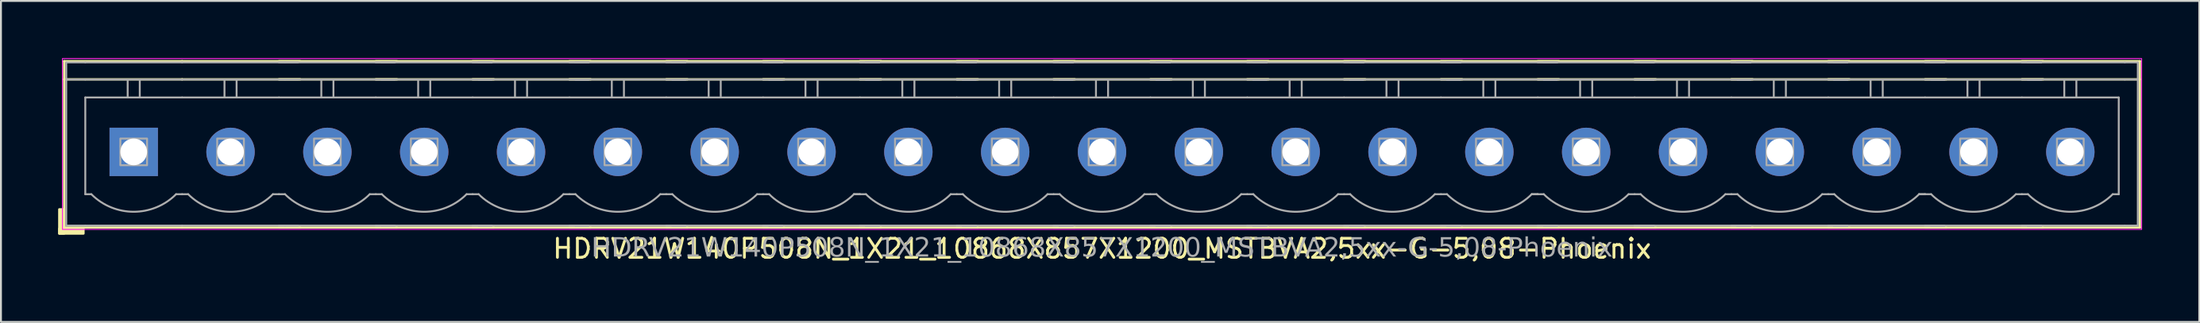
<source format=kicad_pcb>
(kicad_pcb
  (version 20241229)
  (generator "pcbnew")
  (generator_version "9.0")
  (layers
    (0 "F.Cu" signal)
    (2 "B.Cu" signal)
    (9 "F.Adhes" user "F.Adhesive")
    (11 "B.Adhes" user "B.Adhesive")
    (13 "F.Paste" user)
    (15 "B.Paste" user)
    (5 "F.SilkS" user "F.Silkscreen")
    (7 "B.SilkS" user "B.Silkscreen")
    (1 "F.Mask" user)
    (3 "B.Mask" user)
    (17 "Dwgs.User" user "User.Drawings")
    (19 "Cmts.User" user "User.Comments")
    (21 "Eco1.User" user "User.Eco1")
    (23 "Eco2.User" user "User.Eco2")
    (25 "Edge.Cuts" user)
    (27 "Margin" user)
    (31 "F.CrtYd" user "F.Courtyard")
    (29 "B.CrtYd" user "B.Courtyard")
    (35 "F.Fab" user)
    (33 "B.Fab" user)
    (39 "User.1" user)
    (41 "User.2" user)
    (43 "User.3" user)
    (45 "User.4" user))
  (footprint "HDRV21W140P508N_1X21_10868X857X1200_MSTBVA2,5xx-G-5,08-Phoenix"
    (layer "F.Cu")
    (at 54.765 4.925)
    (property "Reference" "HDRV21W140P508N_1X21_10868X857X1200_MSTBVA2,5xx-G-5,08-Phoenix" (at 0 5.08 0) (layer "F.SilkS") (effects (font (size 1 1) (thickness 0.15))))
    (attr through_hole)
    (fp_line (start -54.451 -4.763) (end -54.451 3.969) (stroke (width 0.12) (type solid)) (layer "F.SilkS"))
    (fp_line (start -54.451 -4.763) (end -48.26 -4.763) (stroke (width 0.12) (type solid)) (layer "F.SilkS"))
    (fp_line (start -54.451 -3.81) (end -48.26 -3.81) (stroke (width 0.12) (type solid)) (layer "F.SilkS"))
    (fp_line (start -54.451 3.969) (end -48.26 3.969) (stroke (width 0.12) (type solid)) (layer "F.SilkS"))
    (fp_line (start -42.069 -4.763) (end -48.26 -4.763) (stroke (width 0.12) (type solid)) (layer "F.SilkS"))
    (fp_line (start -42.069 -3.81) (end -48.26 -3.81) (stroke (width 0.12) (type solid)) (layer "F.SilkS"))
    (fp_line (start -42.069 3.969) (end -48.26 3.969) (stroke (width 0.12) (type solid)) (layer "F.SilkS"))
    (fp_line (start -36.989 -4.763) (end -43.18 -4.763) (stroke (width 0.12) (type solid)) (layer "F.SilkS"))
    (fp_line (start -36.989 -3.81) (end -43.18 -3.81) (stroke (width 0.12) (type solid)) (layer "F.SilkS"))
    (fp_line (start -36.989 3.969) (end -43.18 3.969) (stroke (width 0.12) (type solid)) (layer "F.SilkS"))
    (fp_line (start -31.909 -4.763) (end -38.1 -4.763) (stroke (width 0.12) (type solid)) (layer "F.SilkS"))
    (fp_line (start -31.909 -3.81) (end -38.1 -3.81) (stroke (width 0.12) (type solid)) (layer "F.SilkS"))
    (fp_line (start -31.909 3.969) (end -38.1 3.969) (stroke (width 0.12) (type solid)) (layer "F.SilkS"))
    (fp_line (start -26.829 -4.763) (end -33.02 -4.763) (stroke (width 0.12) (type solid)) (layer "F.SilkS"))
    (fp_line (start -26.829 -3.81) (end -33.02 -3.81) (stroke (width 0.12) (type solid)) (layer "F.SilkS"))
    (fp_line (start -26.829 3.969) (end -33.02 3.969) (stroke (width 0.12) (type solid)) (layer "F.SilkS"))
    (fp_line (start -21.749 -4.763) (end -27.94 -4.763) (stroke (width 0.12) (type solid)) (layer "F.SilkS"))
    (fp_line (start -21.749 -3.81) (end -27.94 -3.81) (stroke (width 0.12) (type solid)) (layer "F.SilkS"))
    (fp_line (start -21.749 3.969) (end -27.94 3.969) (stroke (width 0.12) (type solid)) (layer "F.SilkS"))
    (fp_line (start -16.669 -4.763) (end -22.86 -4.763) (stroke (width 0.12) (type solid)) (layer "F.SilkS"))
    (fp_line (start -16.669 -3.81) (end -22.86 -3.81) (stroke (width 0.12) (type solid)) (layer "F.SilkS"))
    (fp_line (start -16.669 3.969) (end -22.86 3.969) (stroke (width 0.12) (type solid)) (layer "F.SilkS"))
    (fp_line (start -11.589 -4.763) (end -17.78 -4.763) (stroke (width 0.12) (type solid)) (layer "F.SilkS"))
    (fp_line (start -11.589 -3.81) (end -17.78 -3.81) (stroke (width 0.12) (type solid)) (layer "F.SilkS"))
    (fp_line (start -11.589 3.969) (end -17.78 3.969) (stroke (width 0.12) (type solid)) (layer "F.SilkS"))
    (fp_line (start -6.509 -4.763) (end -12.7 -4.763) (stroke (width 0.12) (type solid)) (layer "F.SilkS"))
    (fp_line (start -6.509 -3.81) (end -12.7 -3.81) (stroke (width 0.12) (type solid)) (layer "F.SilkS"))
    (fp_line (start -6.509 3.969) (end -12.7 3.969) (stroke (width 0.12) (type solid)) (layer "F.SilkS"))
    (fp_line (start -1.429 -4.763) (end -7.62 -4.763) (stroke (width 0.12) (type solid)) (layer "F.SilkS"))
    (fp_line (start -1.429 -3.81) (end -7.62 -3.81) (stroke (width 0.12) (type solid)) (layer "F.SilkS"))
    (fp_line (start -1.429 3.969) (end -7.62 3.969) (stroke (width 0.12) (type solid)) (layer "F.SilkS"))
    (fp_line (start 3.651 -4.763) (end -2.54 -4.763) (stroke (width 0.12) (type solid)) (layer "F.SilkS"))
    (fp_line (start 3.651 -3.81) (end -2.54 -3.81) (stroke (width 0.12) (type solid)) (layer "F.SilkS"))
    (fp_line (start 3.651 3.969) (end -2.54 3.969) (stroke (width 0.12) (type solid)) (layer "F.SilkS"))
    (fp_line (start 8.731 -4.763) (end 2.54 -4.763) (stroke (width 0.12) (type solid)) (layer "F.SilkS"))
    (fp_line (start 8.731 -3.81) (end 2.54 -3.81) (stroke (width 0.12) (type solid)) (layer "F.SilkS"))
    (fp_line (start 8.731 3.969) (end 2.54 3.969) (stroke (width 0.12) (type solid)) (layer "F.SilkS"))
    (fp_line (start 13.811 -4.763) (end 7.62 -4.763) (stroke (width 0.12) (type solid)) (layer "F.SilkS"))
    (fp_line (start 13.811 -3.81) (end 7.62 -3.81) (stroke (width 0.12) (type solid)) (layer "F.SilkS"))
    (fp_line (start 13.811 3.969) (end 7.62 3.969) (stroke (width 0.12) (type solid)) (layer "F.SilkS"))
    (fp_line (start 18.891 -4.763) (end 12.7 -4.763) (stroke (width 0.12) (type solid)) (layer "F.SilkS"))
    (fp_line (start 18.891 -3.81) (end 12.7 -3.81) (stroke (width 0.12) (type solid)) (layer "F.SilkS"))
    (fp_line (start 18.891 3.969) (end 12.7 3.969) (stroke (width 0.12) (type solid)) (layer "F.SilkS"))
    (fp_line (start 23.971 -4.763) (end 17.78 -4.763) (stroke (width 0.12) (type solid)) (layer "F.SilkS"))
    (fp_line (start 23.971 -3.81) (end 17.78 -3.81) (stroke (width 0.12) (type solid)) (layer "F.SilkS"))
    (fp_line (start 23.971 3.969) (end 17.78 3.969) (stroke (width 0.12) (type solid)) (layer "F.SilkS"))
    (fp_line (start 29.051 -4.763) (end 22.86 -4.763) (stroke (width 0.12) (type solid)) (layer "F.SilkS"))
    (fp_line (start 29.051 -3.81) (end 22.86 -3.81) (stroke (width 0.12) (type solid)) (layer "F.SilkS"))
    (fp_line (start 29.051 3.969) (end 22.86 3.969) (stroke (width 0.12) (type solid)) (layer "F.SilkS"))
    (fp_line (start 34.131 -4.763) (end 27.94 -4.763) (stroke (width 0.12) (type solid)) (layer "F.SilkS"))
    (fp_line (start 34.131 -3.81) (end 27.94 -3.81) (stroke (width 0.12) (type solid)) (layer "F.SilkS"))
    (fp_line (start 34.131 3.969) (end 27.94 3.969) (stroke (width 0.12) (type solid)) (layer "F.SilkS"))
    (fp_line (start 39.211 -4.763) (end 33.02 -4.763) (stroke (width 0.12) (type solid)) (layer "F.SilkS"))
    (fp_line (start 39.211 -3.81) (end 33.02 -3.81) (stroke (width 0.12) (type solid)) (layer "F.SilkS"))
    (fp_line (start 39.211 3.969) (end 33.02 3.969) (stroke (width 0.12) (type solid)) (layer "F.SilkS"))
    (fp_line (start 44.291 -4.763) (end 38.1 -4.763) (stroke (width 0.12) (type solid)) (layer "F.SilkS"))
    (fp_line (start 44.291 -3.81) (end 38.1 -3.81) (stroke (width 0.12) (type solid)) (layer "F.SilkS"))
    (fp_line (start 44.291 3.969) (end 38.1 3.969) (stroke (width 0.12) (type solid)) (layer "F.SilkS"))
    (fp_line (start 49.371 -4.763) (end 43.18 -4.763) (stroke (width 0.12) (type solid)) (layer "F.SilkS"))
    (fp_line (start 49.371 -3.81) (end 43.18 -3.81) (stroke (width 0.12) (type solid)) (layer "F.SilkS"))
    (fp_line (start 49.371 3.969) (end 43.18 3.969) (stroke (width 0.12) (type solid)) (layer "F.SilkS"))
    (fp_line (start 54.451 -4.763) (end 48.26 -4.763) (stroke (width 0.12) (type solid)) (layer "F.SilkS"))
    (fp_line (start 54.451 -4.763) (end 54.451 3.969) (stroke (width 0.12) (type solid)) (layer "F.SilkS"))
    (fp_line (start 54.451 -3.81) (end 48.26 -3.81) (stroke (width 0.12) (type solid)) (layer "F.SilkS"))
    (fp_line (start 54.451 3.969) (end 48.26 3.969) (stroke (width 0.12) (type solid)) (layer "F.SilkS"))
    (fp_rect (start -54.451 3.016) (end -54.705 4.286) (stroke (width 0.12) (type solid)) (fill yes) (layer "F.SilkS"))
    (fp_rect (start -53.435 4.286) (end -54.705 4.032) (stroke (width 0.12) (type solid)) (fill yes) (layer "F.SilkS"))
    (fp_rect (start -54.54 -4.9) (end 54.54 4.07) (stroke (width 0.05) (type default)) (fill no) (layer "F.CrtYd"))
    (fp_line (start -54.34 -4.7) (end -54.34 3.87) (stroke (width 0.1) (type solid)) (layer "F.Fab"))
    (fp_line (start -54.34 -3.8) (end -53.34 -3.8) (stroke (width 0.1) (type solid)) (layer "F.Fab"))
    (fp_line (start -53.34 -4.7) (end -54.34 -4.7) (stroke (width 0.1) (type solid)) (layer "F.Fab"))
    (fp_line (start -53.34 -4.7) (end -48.26 -4.7) (stroke (width 0.1) (type solid)) (layer "F.Fab"))
    (fp_line (start -53.34 -2.858) (end -48.26 -2.858) (stroke (width 0.1) (type default)) (layer "F.Fab"))
    (fp_line (start -53.34 2.222) (end -53.34 -2.858) (stroke (width 0.1) (type default)) (layer "F.Fab"))
    (fp_line (start -53.34 3.87) (end -54.34 3.87) (stroke (width 0.1) (type solid)) (layer "F.Fab"))
    (fp_line (start -53.34 3.87) (end -48.26 3.87) (stroke (width 0.1) (type solid)) (layer "F.Fab"))
    (fp_line (start -53.023 2.222) (end -53.34 2.222) (stroke (width 0.1) (type default)) (layer "F.Fab"))
    (fp_line (start -51.117 -3.8) (end -51.117 -2.858) (stroke (width 0.1) (type default)) (layer "F.Fab"))
    (fp_line (start -50.483 -3.8) (end -50.483 -2.858) (stroke (width 0.1) (type default)) (layer "F.Fab"))
    (fp_line (start -48.26 -4.7) (end -42.862 -4.7) (stroke (width 0.1) (type solid)) (layer "F.Fab"))
    (fp_line (start -48.26 -3.8) (end -53.34 -3.8) (stroke (width 0.1) (type solid)) (layer "F.Fab"))
    (fp_line (start -48.26 -2.858) (end -43.18 -2.858) (stroke (width 0.1) (type default)) (layer "F.Fab"))
    (fp_line (start -48.26 2.222) (end -48.578 2.222) (stroke (width 0.1) (type default)) (layer "F.Fab"))
    (fp_line (start -48.26 3.87) (end -42.862 3.87) (stroke (width 0.1) (type solid)) (layer "F.Fab"))
    (fp_line (start -47.943 2.222) (end -48.26 2.222) (stroke (width 0.1) (type default)) (layer "F.Fab"))
    (fp_line (start -46.038 -3.8) (end -46.038 -2.858) (stroke (width 0.1) (type default)) (layer "F.Fab"))
    (fp_line (start -45.403 -3.8) (end -45.403 -2.858) (stroke (width 0.1) (type default)) (layer "F.Fab"))
    (fp_line (start -43.18 -4.7) (end -37.782 -4.7) (stroke (width 0.1) (type solid)) (layer "F.Fab"))
    (fp_line (start -43.18 -2.858) (end -38.1 -2.858) (stroke (width 0.1) (type default)) (layer "F.Fab"))
    (fp_line (start -43.18 2.222) (end -43.498 2.222) (stroke (width 0.1) (type default)) (layer "F.Fab"))
    (fp_line (start -43.18 3.87) (end -37.782 3.87) (stroke (width 0.1) (type solid)) (layer "F.Fab"))
    (fp_line (start -42.862 -4.7) (end -42.18 -4.7) (stroke (width 0.1) (type solid)) (layer "F.Fab"))
    (fp_line (start -42.862 -3.8) (end -48.26 -3.8) (stroke (width 0.1) (type solid)) (layer "F.Fab"))
    (fp_line (start -42.862 2.222) (end -43.18 2.222) (stroke (width 0.1) (type default)) (layer "F.Fab"))
    (fp_line (start -42.862 3.87) (end -42.18 3.87) (stroke (width 0.1) (type solid)) (layer "F.Fab"))
    (fp_line (start -42.18 -3.8) (end -42.862 -3.8) (stroke (width 0.1) (type solid)) (layer "F.Fab"))
    (fp_line (start -40.958 -3.8) (end -40.958 -2.858) (stroke (width 0.1) (type default)) (layer "F.Fab"))
    (fp_line (start -40.322 -3.8) (end -40.322 -2.858) (stroke (width 0.1) (type default)) (layer "F.Fab"))
    (fp_line (start -38.1 -4.7) (end -32.703 -4.7) (stroke (width 0.1) (type solid)) (layer "F.Fab"))
    (fp_line (start -38.1 -2.858) (end -33.02 -2.858) (stroke (width 0.1) (type default)) (layer "F.Fab"))
    (fp_line (start -38.1 2.222) (end -38.417 2.222) (stroke (width 0.1) (type default)) (layer "F.Fab"))
    (fp_line (start -38.1 3.87) (end -32.703 3.87) (stroke (width 0.1) (type solid)) (layer "F.Fab"))
    (fp_line (start -37.782 -4.7) (end -37.1 -4.7) (stroke (width 0.1) (type solid)) (layer "F.Fab"))
    (fp_line (start -37.782 -4.7) (end -37.1 -4.7) (stroke (width 0.1) (type solid)) (layer "F.Fab"))
    (fp_line (start -37.782 -3.8) (end -43.18 -3.8) (stroke (width 0.1) (type solid)) (layer "F.Fab"))
    (fp_line (start -37.782 2.222) (end -38.1 2.222) (stroke (width 0.1) (type default)) (layer "F.Fab"))
    (fp_line (start -37.782 3.87) (end -37.1 3.87) (stroke (width 0.1) (type solid)) (layer "F.Fab"))
    (fp_line (start -37.782 3.87) (end -37.1 3.87) (stroke (width 0.1) (type solid)) (layer "F.Fab"))
    (fp_line (start -37.1 -3.8) (end -37.782 -3.8) (stroke (width 0.1) (type solid)) (layer "F.Fab"))
    (fp_line (start -37.1 -3.8) (end -37.782 -3.8) (stroke (width 0.1) (type solid)) (layer "F.Fab"))
    (fp_line (start -35.877 -3.8) (end -35.877 -2.858) (stroke (width 0.1) (type default)) (layer "F.Fab"))
    (fp_line (start -35.242 -3.8) (end -35.242 -2.858) (stroke (width 0.1) (type default)) (layer "F.Fab"))
    (fp_line (start -33.02 -4.7) (end -27.622 -4.7) (stroke (width 0.1) (type solid)) (layer "F.Fab"))
    (fp_line (start -33.02 -2.858) (end -27.94 -2.858) (stroke (width 0.1) (type default)) (layer "F.Fab"))
    (fp_line (start -33.02 2.222) (end -33.337 2.222) (stroke (width 0.1) (type default)) (layer "F.Fab"))
    (fp_line (start -33.02 3.87) (end -27.622 3.87) (stroke (width 0.1) (type solid)) (layer "F.Fab"))
    (fp_line (start -32.703 -4.7) (end -32.02 -4.7) (stroke (width 0.1) (type solid)) (layer "F.Fab"))
    (fp_line (start -32.703 -4.7) (end -32.02 -4.7) (stroke (width 0.1) (type solid)) (layer "F.Fab"))
    (fp_line (start -32.703 -4.7) (end -32.02 -4.7) (stroke (width 0.1) (type solid)) (layer "F.Fab"))
    (fp_line (start -32.703 -3.8) (end -38.1 -3.8) (stroke (width 0.1) (type solid)) (layer "F.Fab"))
    (fp_line (start -32.703 2.222) (end -33.02 2.222) (stroke (width 0.1) (type default)) (layer "F.Fab"))
    (fp_line (start -32.703 3.87) (end -32.02 3.87) (stroke (width 0.1) (type solid)) (layer "F.Fab"))
    (fp_line (start -32.703 3.87) (end -32.02 3.87) (stroke (width 0.1) (type solid)) (layer "F.Fab"))
    (fp_line (start -32.703 3.87) (end -32.02 3.87) (stroke (width 0.1) (type solid)) (layer "F.Fab"))
    (fp_line (start -32.02 -3.8) (end -32.703 -3.8) (stroke (width 0.1) (type solid)) (layer "F.Fab"))
    (fp_line (start -32.02 -3.8) (end -32.703 -3.8) (stroke (width 0.1) (type solid)) (layer "F.Fab"))
    (fp_line (start -32.02 -3.8) (end -32.703 -3.8) (stroke (width 0.1) (type solid)) (layer "F.Fab"))
    (fp_line (start -30.797 -3.8) (end -30.797 -2.858) (stroke (width 0.1) (type default)) (layer "F.Fab"))
    (fp_line (start -30.163 -3.8) (end -30.163 -2.858) (stroke (width 0.1) (type default)) (layer "F.Fab"))
    (fp_line (start -27.94 -4.7) (end -22.543 -4.7) (stroke (width 0.1) (type solid)) (layer "F.Fab"))
    (fp_line (start -27.94 -2.858) (end -22.86 -2.858) (stroke (width 0.1) (type default)) (layer "F.Fab"))
    (fp_line (start -27.94 2.222) (end -28.258 2.222) (stroke (width 0.1) (type default)) (layer "F.Fab"))
    (fp_line (start -27.94 3.87) (end -22.543 3.87) (stroke (width 0.1) (type solid)) (layer "F.Fab"))
    (fp_line (start -27.622 -4.7) (end -26.94 -4.7) (stroke (width 0.1) (type solid)) (layer "F.Fab"))
    (fp_line (start -27.622 -4.7) (end -26.94 -4.7) (stroke (width 0.1) (type solid)) (layer "F.Fab"))
    (fp_line (start -27.622 -4.7) (end -26.94 -4.7) (stroke (width 0.1) (type solid)) (layer "F.Fab"))
    (fp_line (start -27.622 -4.7) (end -26.94 -4.7) (stroke (width 0.1) (type solid)) (layer "F.Fab"))
    (fp_line (start -27.622 -3.8) (end -33.02 -3.8) (stroke (width 0.1) (type solid)) (layer "F.Fab"))
    (fp_line (start -27.622 2.222) (end -27.94 2.222) (stroke (width 0.1) (type default)) (layer "F.Fab"))
    (fp_line (start -27.622 3.87) (end -26.94 3.87) (stroke (width 0.1) (type solid)) (layer "F.Fab"))
    (fp_line (start -27.622 3.87) (end -26.94 3.87) (stroke (width 0.1) (type solid)) (layer "F.Fab"))
    (fp_line (start -27.622 3.87) (end -26.94 3.87) (stroke (width 0.1) (type solid)) (layer "F.Fab"))
    (fp_line (start -27.622 3.87) (end -26.94 3.87) (stroke (width 0.1) (type solid)) (layer "F.Fab"))
    (fp_line (start -26.94 -3.8) (end -27.622 -3.8) (stroke (width 0.1) (type solid)) (layer "F.Fab"))
    (fp_line (start -26.94 -3.8) (end -27.622 -3.8) (stroke (width 0.1) (type solid)) (layer "F.Fab"))
    (fp_line (start -26.94 -3.8) (end -27.622 -3.8) (stroke (width 0.1) (type solid)) (layer "F.Fab"))
    (fp_line (start -26.94 -3.8) (end -27.622 -3.8) (stroke (width 0.1) (type solid)) (layer "F.Fab"))
    (fp_line (start -25.718 -3.8) (end -25.718 -2.858) (stroke (width 0.1) (type default)) (layer "F.Fab"))
    (fp_line (start -25.082 -3.8) (end -25.082 -2.858) (stroke (width 0.1) (type default)) (layer "F.Fab"))
    (fp_line (start -22.86 -4.7) (end -17.462 -4.7) (stroke (width 0.1) (type solid)) (layer "F.Fab"))
    (fp_line (start -22.86 -2.858) (end -17.78 -2.858) (stroke (width 0.1) (type default)) (layer "F.Fab"))
    (fp_line (start -22.86 2.222) (end -23.177 2.222) (stroke (width 0.1) (type default)) (layer "F.Fab"))
    (fp_line (start -22.86 3.87) (end -17.462 3.87) (stroke (width 0.1) (type solid)) (layer "F.Fab"))
    (fp_line (start -22.543 -4.7) (end -21.86 -4.7) (stroke (width 0.1) (type solid)) (layer "F.Fab"))
    (fp_line (start -22.543 -4.7) (end -21.86 -4.7) (stroke (width 0.1) (type solid)) (layer "F.Fab"))
    (fp_line (start -22.543 -4.7) (end -21.86 -4.7) (stroke (width 0.1) (type solid)) (layer "F.Fab"))
    (fp_line (start -22.543 -4.7) (end -21.86 -4.7) (stroke (width 0.1) (type solid)) (layer "F.Fab"))
    (fp_line (start -22.543 -4.7) (end -21.86 -4.7) (stroke (width 0.1) (type solid)) (layer "F.Fab"))
    (fp_line (start -22.543 -3.8) (end -27.94 -3.8) (stroke (width 0.1) (type solid)) (layer "F.Fab"))
    (fp_line (start -22.543 2.222) (end -22.86 2.222) (stroke (width 0.1) (type default)) (layer "F.Fab"))
    (fp_line (start -22.543 3.87) (end -21.86 3.87) (stroke (width 0.1) (type solid)) (layer "F.Fab"))
    (fp_line (start -22.543 3.87) (end -21.86 3.87) (stroke (width 0.1) (type solid)) (layer "F.Fab"))
    (fp_line (start -22.543 3.87) (end -21.86 3.87) (stroke (width 0.1) (type solid)) (layer "F.Fab"))
    (fp_line (start -22.543 3.87) (end -21.86 3.87) (stroke (width 0.1) (type solid)) (layer "F.Fab"))
    (fp_line (start -22.543 3.87) (end -21.86 3.87) (stroke (width 0.1) (type solid)) (layer "F.Fab"))
    (fp_line (start -21.86 -3.8) (end -22.543 -3.8) (stroke (width 0.1) (type solid)) (layer "F.Fab"))
    (fp_line (start -21.86 -3.8) (end -22.543 -3.8) (stroke (width 0.1) (type solid)) (layer "F.Fab"))
    (fp_line (start -21.86 -3.8) (end -22.543 -3.8) (stroke (width 0.1) (type solid)) (layer "F.Fab"))
    (fp_line (start -21.86 -3.8) (end -22.543 -3.8) (stroke (width 0.1) (type solid)) (layer "F.Fab"))
    (fp_line (start -21.86 -3.8) (end -22.543 -3.8) (stroke (width 0.1) (type solid)) (layer "F.Fab"))
    (fp_line (start -20.637 -3.8) (end -20.637 -2.858) (stroke (width 0.1) (type default)) (layer "F.Fab"))
    (fp_line (start -20.003 -3.8) (end -20.003 -2.858) (stroke (width 0.1) (type default)) (layer "F.Fab"))
    (fp_line (start -17.78 -4.7) (end -12.383 -4.7) (stroke (width 0.1) (type solid)) (layer "F.Fab"))
    (fp_line (start -17.78 -2.858) (end -12.7 -2.858) (stroke (width 0.1) (type default)) (layer "F.Fab"))
    (fp_line (start -17.78 2.222) (end -18.098 2.222) (stroke (width 0.1) (type default)) (layer "F.Fab"))
    (fp_line (start -17.78 3.87) (end -12.383 3.87) (stroke (width 0.1) (type solid)) (layer "F.Fab"))
    (fp_line (start -17.462 -4.7) (end -16.78 -4.7) (stroke (width 0.1) (type solid)) (layer "F.Fab"))
    (fp_line (start -17.462 -4.7) (end -16.78 -4.7) (stroke (width 0.1) (type solid)) (layer "F.Fab"))
    (fp_line (start -17.462 -4.7) (end -16.78 -4.7) (stroke (width 0.1) (type solid)) (layer "F.Fab"))
    (fp_line (start -17.462 -4.7) (end -16.78 -4.7) (stroke (width 0.1) (type solid)) (layer "F.Fab"))
    (fp_line (start -17.462 -4.7) (end -16.78 -4.7) (stroke (width 0.1) (type solid)) (layer "F.Fab"))
    (fp_line (start -17.462 -4.7) (end -16.78 -4.7) (stroke (width 0.1) (type solid)) (layer "F.Fab"))
    (fp_line (start -17.462 -3.8) (end -22.86 -3.8) (stroke (width 0.1) (type solid)) (layer "F.Fab"))
    (fp_line (start -17.462 2.222) (end -17.78 2.222) (stroke (width 0.1) (type default)) (layer "F.Fab"))
    (fp_line (start -17.462 3.87) (end -16.78 3.87) (stroke (width 0.1) (type solid)) (layer "F.Fab"))
    (fp_line (start -17.462 3.87) (end -16.78 3.87) (stroke (width 0.1) (type solid)) (layer "F.Fab"))
    (fp_line (start -17.462 3.87) (end -16.78 3.87) (stroke (width 0.1) (type solid)) (layer "F.Fab"))
    (fp_line (start -17.462 3.87) (end -16.78 3.87) (stroke (width 0.1) (type solid)) (layer "F.Fab"))
    (fp_line (start -17.462 3.87) (end -16.78 3.87) (stroke (width 0.1) (type solid)) (layer "F.Fab"))
    (fp_line (start -17.462 3.87) (end -16.78 3.87) (stroke (width 0.1) (type solid)) (layer "F.Fab"))
    (fp_line (start -16.78 -3.8) (end -17.462 -3.8) (stroke (width 0.1) (type solid)) (layer "F.Fab"))
    (fp_line (start -16.78 -3.8) (end -17.462 -3.8) (stroke (width 0.1) (type solid)) (layer "F.Fab"))
    (fp_line (start -16.78 -3.8) (end -17.462 -3.8) (stroke (width 0.1) (type solid)) (layer "F.Fab"))
    (fp_line (start -16.78 -3.8) (end -17.462 -3.8) (stroke (width 0.1) (type solid)) (layer "F.Fab"))
    (fp_line (start -16.78 -3.8) (end -17.462 -3.8) (stroke (width 0.1) (type solid)) (layer "F.Fab"))
    (fp_line (start -16.78 -3.8) (end -17.462 -3.8) (stroke (width 0.1) (type solid)) (layer "F.Fab"))
    (fp_line (start -15.557 -3.8) (end -15.557 -2.858) (stroke (width 0.1) (type default)) (layer "F.Fab"))
    (fp_line (start -14.922 -3.8) (end -14.922 -2.858) (stroke (width 0.1) (type default)) (layer "F.Fab"))
    (fp_line (start -12.7 -4.7) (end -7.303 -4.7) (stroke (width 0.1) (type solid)) (layer "F.Fab"))
    (fp_line (start -12.7 -2.858) (end -7.62 -2.858) (stroke (width 0.1) (type default)) (layer "F.Fab"))
    (fp_line (start -12.7 2.222) (end -13.018 2.222) (stroke (width 0.1) (type default)) (layer "F.Fab"))
    (fp_line (start -12.7 2.222) (end -13.018 2.222) (stroke (width 0.1) (type default)) (layer "F.Fab"))
    (fp_line (start -12.7 3.87) (end -7.303 3.87) (stroke (width 0.1) (type solid)) (layer "F.Fab"))
    (fp_line (start -12.383 -4.7) (end -11.7 -4.7) (stroke (width 0.1) (type solid)) (layer "F.Fab"))
    (fp_line (start -12.383 -4.7) (end -11.7 -4.7) (stroke (width 0.1) (type solid)) (layer "F.Fab"))
    (fp_line (start -12.383 -4.7) (end -11.7 -4.7) (stroke (width 0.1) (type solid)) (layer "F.Fab"))
    (fp_line (start -12.383 -4.7) (end -11.7 -4.7) (stroke (width 0.1) (type solid)) (layer "F.Fab"))
    (fp_line (start -12.383 -4.7) (end -11.7 -4.7) (stroke (width 0.1) (type solid)) (layer "F.Fab"))
    (fp_line (start -12.383 -4.7) (end -11.7 -4.7) (stroke (width 0.1) (type solid)) (layer "F.Fab"))
    (fp_line (start -12.383 -4.7) (end -11.7 -4.7) (stroke (width 0.1) (type solid)) (layer "F.Fab"))
    (fp_line (start -12.383 -3.8) (end -17.78 -3.8) (stroke (width 0.1) (type solid)) (layer "F.Fab"))
    (fp_line (start -12.383 2.222) (end -12.7 2.222) (stroke (width 0.1) (type default)) (layer "F.Fab"))
    (fp_line (start -12.383 3.87) (end -11.7 3.87) (stroke (width 0.1) (type solid)) (layer "F.Fab"))
    (fp_line (start -12.383 3.87) (end -11.7 3.87) (stroke (width 0.1) (type solid)) (layer "F.Fab"))
    (fp_line (start -12.383 3.87) (end -11.7 3.87) (stroke (width 0.1) (type solid)) (layer "F.Fab"))
    (fp_line (start -12.383 3.87) (end -11.7 3.87) (stroke (width 0.1) (type solid)) (layer "F.Fab"))
    (fp_line (start -12.383 3.87) (end -11.7 3.87) (stroke (width 0.1) (type solid)) (layer "F.Fab"))
    (fp_line (start -12.383 3.87) (end -11.7 3.87) (stroke (width 0.1) (type solid)) (layer "F.Fab"))
    (fp_line (start -12.383 3.87) (end -11.7 3.87) (stroke (width 0.1) (type solid)) (layer "F.Fab"))
    (fp_line (start -11.7 -3.8) (end -12.383 -3.8) (stroke (width 0.1) (type solid)) (layer "F.Fab"))
    (fp_line (start -11.7 -3.8) (end -12.383 -3.8) (stroke (width 0.1) (type solid)) (layer "F.Fab"))
    (fp_line (start -11.7 -3.8) (end -12.383 -3.8) (stroke (width 0.1) (type solid)) (layer "F.Fab"))
    (fp_line (start -11.7 -3.8) (end -12.383 -3.8) (stroke (width 0.1) (type solid)) (layer "F.Fab"))
    (fp_line (start -11.7 -3.8) (end -12.383 -3.8) (stroke (width 0.1) (type solid)) (layer "F.Fab"))
    (fp_line (start -11.7 -3.8) (end -12.383 -3.8) (stroke (width 0.1) (type solid)) (layer "F.Fab"))
    (fp_line (start -11.7 -3.8) (end -12.383 -3.8) (stroke (width 0.1) (type solid)) (layer "F.Fab"))
    (fp_line (start -10.477 -3.8) (end -10.477 -2.858) (stroke (width 0.1) (type default)) (layer "F.Fab"))
    (fp_line (start -9.842 -3.8) (end -9.842 -2.858) (stroke (width 0.1) (type default)) (layer "F.Fab"))
    (fp_line (start -7.62 -4.7) (end -2.223 -4.7) (stroke (width 0.1) (type solid)) (layer "F.Fab"))
    (fp_line (start -7.62 -2.858) (end -2.54 -2.858) (stroke (width 0.1) (type default)) (layer "F.Fab"))
    (fp_line (start -7.62 2.222) (end -7.938 2.222) (stroke (width 0.1) (type default)) (layer "F.Fab"))
    (fp_line (start -7.62 3.87) (end -2.223 3.87) (stroke (width 0.1) (type solid)) (layer "F.Fab"))
    (fp_line (start -7.303 -4.7) (end -6.62 -4.7) (stroke (width 0.1) (type solid)) (layer "F.Fab"))
    (fp_line (start -7.303 -4.7) (end -6.62 -4.7) (stroke (width 0.1) (type solid)) (layer "F.Fab"))
    (fp_line (start -7.303 -4.7) (end -6.62 -4.7) (stroke (width 0.1) (type solid)) (layer "F.Fab"))
    (fp_line (start -7.303 -4.7) (end -6.62 -4.7) (stroke (width 0.1) (type solid)) (layer "F.Fab"))
    (fp_line (start -7.303 -4.7) (end -6.62 -4.7) (stroke (width 0.1) (type solid)) (layer "F.Fab"))
    (fp_line (start -7.303 -4.7) (end -6.62 -4.7) (stroke (width 0.1) (type solid)) (layer "F.Fab"))
    (fp_line (start -7.303 -4.7) (end -6.62 -4.7) (stroke (width 0.1) (type solid)) (layer "F.Fab"))
    (fp_line (start -7.303 -4.7) (end -6.62 -4.7) (stroke (width 0.1) (type solid)) (layer "F.Fab"))
    (fp_line (start -7.303 -3.8) (end -12.7 -3.8) (stroke (width 0.1) (type solid)) (layer "F.Fab"))
    (fp_line (start -7.303 2.222) (end -7.62 2.222) (stroke (width 0.1) (type default)) (layer "F.Fab"))
    (fp_line (start -7.303 3.87) (end -6.62 3.87) (stroke (width 0.1) (type solid)) (layer "F.Fab"))
    (fp_line (start -7.303 3.87) (end -6.62 3.87) (stroke (width 0.1) (type solid)) (layer "F.Fab"))
    (fp_line (start -7.303 3.87) (end -6.62 3.87) (stroke (width 0.1) (type solid)) (layer "F.Fab"))
    (fp_line (start -7.303 3.87) (end -6.62 3.87) (stroke (width 0.1) (type solid)) (layer "F.Fab"))
    (fp_line (start -7.303 3.87) (end -6.62 3.87) (stroke (width 0.1) (type solid)) (layer "F.Fab"))
    (fp_line (start -7.303 3.87) (end -6.62 3.87) (stroke (width 0.1) (type solid)) (layer "F.Fab"))
    (fp_line (start -7.303 3.87) (end -6.62 3.87) (stroke (width 0.1) (type solid)) (layer "F.Fab"))
    (fp_line (start -7.303 3.87) (end -6.62 3.87) (stroke (width 0.1) (type solid)) (layer "F.Fab"))
    (fp_line (start -6.62 -3.8) (end -7.303 -3.8) (stroke (width 0.1) (type solid)) (layer "F.Fab"))
    (fp_line (start -6.62 -3.8) (end -7.303 -3.8) (stroke (width 0.1) (type solid)) (layer "F.Fab"))
    (fp_line (start -6.62 -3.8) (end -7.303 -3.8) (stroke (width 0.1) (type solid)) (layer "F.Fab"))
    (fp_line (start -6.62 -3.8) (end -7.303 -3.8) (stroke (width 0.1) (type solid)) (layer "F.Fab"))
    (fp_line (start -6.62 -3.8) (end -7.303 -3.8) (stroke (width 0.1) (type solid)) (layer "F.Fab"))
    (fp_line (start -6.62 -3.8) (end -7.303 -3.8) (stroke (width 0.1) (type solid)) (layer "F.Fab"))
    (fp_line (start -6.62 -3.8) (end -7.303 -3.8) (stroke (width 0.1) (type solid)) (layer "F.Fab"))
    (fp_line (start -6.62 -3.8) (end -7.303 -3.8) (stroke (width 0.1) (type solid)) (layer "F.Fab"))
    (fp_line (start -5.397 -3.8) (end -5.397 -2.858) (stroke (width 0.1) (type default)) (layer "F.Fab"))
    (fp_line (start -4.763 -3.8) (end -4.763 -2.858) (stroke (width 0.1) (type default)) (layer "F.Fab"))
    (fp_line (start -2.54 -4.7) (end 2.857 -4.7) (stroke (width 0.1) (type solid)) (layer "F.Fab"))
    (fp_line (start -2.54 -2.858) (end 2.54 -2.858) (stroke (width 0.1) (type default)) (layer "F.Fab"))
    (fp_line (start -2.54 2.222) (end -2.857 2.222) (stroke (width 0.1) (type default)) (layer "F.Fab"))
    (fp_line (start -2.54 3.87) (end 2.857 3.87) (stroke (width 0.1) (type solid)) (layer "F.Fab"))
    (fp_line (start -2.223 -4.7) (end -1.54 -4.7) (stroke (width 0.1) (type solid)) (layer "F.Fab"))
    (fp_line (start -2.223 -4.7) (end -1.54 -4.7) (stroke (width 0.1) (type solid)) (layer "F.Fab"))
    (fp_line (start -2.223 -4.7) (end -1.54 -4.7) (stroke (width 0.1) (type solid)) (layer "F.Fab"))
    (fp_line (start -2.223 -4.7) (end -1.54 -4.7) (stroke (width 0.1) (type solid)) (layer "F.Fab"))
    (fp_line (start -2.223 -4.7) (end -1.54 -4.7) (stroke (width 0.1) (type solid)) (layer "F.Fab"))
    (fp_line (start -2.223 -4.7) (end -1.54 -4.7) (stroke (width 0.1) (type solid)) (layer "F.Fab"))
    (fp_line (start -2.223 -4.7) (end -1.54 -4.7) (stroke (width 0.1) (type solid)) (layer "F.Fab"))
    (fp_line (start -2.223 -4.7) (end -1.54 -4.7) (stroke (width 0.1) (type solid)) (layer "F.Fab"))
    (fp_line (start -2.223 -4.7) (end -1.54 -4.7) (stroke (width 0.1) (type solid)) (layer "F.Fab"))
    (fp_line (start -2.223 -3.8) (end -7.62 -3.8) (stroke (width 0.1) (type solid)) (layer "F.Fab"))
    (fp_line (start -2.223 2.222) (end -2.54 2.222) (stroke (width 0.1) (type default)) (layer "F.Fab"))
    (fp_line (start -2.223 3.87) (end -1.54 3.87) (stroke (width 0.1) (type solid)) (layer "F.Fab"))
    (fp_line (start -2.223 3.87) (end -1.54 3.87) (stroke (width 0.1) (type solid)) (layer "F.Fab"))
    (fp_line (start -2.223 3.87) (end -1.54 3.87) (stroke (width 0.1) (type solid)) (layer "F.Fab"))
    (fp_line (start -2.223 3.87) (end -1.54 3.87) (stroke (width 0.1) (type solid)) (layer "F.Fab"))
    (fp_line (start -2.223 3.87) (end -1.54 3.87) (stroke (width 0.1) (type solid)) (layer "F.Fab"))
    (fp_line (start -2.223 3.87) (end -1.54 3.87) (stroke (width 0.1) (type solid)) (layer "F.Fab"))
    (fp_line (start -2.223 3.87) (end -1.54 3.87) (stroke (width 0.1) (type solid)) (layer "F.Fab"))
    (fp_line (start -2.223 3.87) (end -1.54 3.87) (stroke (width 0.1) (type solid)) (layer "F.Fab"))
    (fp_line (start -2.223 3.87) (end -1.54 3.87) (stroke (width 0.1) (type solid)) (layer "F.Fab"))
    (fp_line (start -1.54 -3.8) (end -2.223 -3.8) (stroke (width 0.1) (type solid)) (layer "F.Fab"))
    (fp_line (start -1.54 -3.8) (end -2.223 -3.8) (stroke (width 0.1) (type solid)) (layer "F.Fab"))
    (fp_line (start -1.54 -3.8) (end -2.223 -3.8) (stroke (width 0.1) (type solid)) (layer "F.Fab"))
    (fp_line (start -1.54 -3.8) (end -2.223 -3.8) (stroke (width 0.1) (type solid)) (layer "F.Fab"))
    (fp_line (start -1.54 -3.8) (end -2.223 -3.8) (stroke (width 0.1) (type solid)) (layer "F.Fab"))
    (fp_line (start -1.54 -3.8) (end -2.223 -3.8) (stroke (width 0.1) (type solid)) (layer "F.Fab"))
    (fp_line (start -1.54 -3.8) (end -2.223 -3.8) (stroke (width 0.1) (type solid)) (layer "F.Fab"))
    (fp_line (start -1.54 -3.8) (end -2.223 -3.8) (stroke (width 0.1) (type solid)) (layer "F.Fab"))
    (fp_line (start -1.54 -3.8) (end -2.223 -3.8) (stroke (width 0.1) (type solid)) (layer "F.Fab"))
    (fp_line (start -0.318 -3.8) (end -0.318 -2.858) (stroke (width 0.1) (type default)) (layer "F.Fab"))
    (fp_line (start 0.318 -3.8) (end 0.318 -2.858) (stroke (width 0.1) (type default)) (layer "F.Fab"))
    (fp_line (start 2.54 -4.7) (end 7.938 -4.7) (stroke (width 0.1) (type solid)) (layer "F.Fab"))
    (fp_line (start 2.54 -2.858) (end 7.62 -2.858) (stroke (width 0.1) (type default)) (layer "F.Fab"))
    (fp_line (start 2.54 2.222) (end 2.223 2.222) (stroke (width 0.1) (type default)) (layer "F.Fab"))
    (fp_line (start 2.54 3.87) (end 7.938 3.87) (stroke (width 0.1) (type solid)) (layer "F.Fab"))
    (fp_line (start 2.857 -4.7) (end 3.54 -4.7) (stroke (width 0.1) (type solid)) (layer "F.Fab"))
    (fp_line (start 2.857 -4.7) (end 3.54 -4.7) (stroke (width 0.1) (type solid)) (layer "F.Fab"))
    (fp_line (start 2.857 -4.7) (end 3.54 -4.7) (stroke (width 0.1) (type solid)) (layer "F.Fab"))
    (fp_line (start 2.857 -4.7) (end 3.54 -4.7) (stroke (width 0.1) (type solid)) (layer "F.Fab"))
    (fp_line (start 2.857 -4.7) (end 3.54 -4.7) (stroke (width 0.1) (type solid)) (layer "F.Fab"))
    (fp_line (start 2.857 -4.7) (end 3.54 -4.7) (stroke (width 0.1) (type solid)) (layer "F.Fab"))
    (fp_line (start 2.857 -4.7) (end 3.54 -4.7) (stroke (width 0.1) (type solid)) (layer "F.Fab"))
    (fp_line (start 2.857 -4.7) (end 3.54 -4.7) (stroke (width 0.1) (type solid)) (layer "F.Fab"))
    (fp_line (start 2.857 -4.7) (end 3.54 -4.7) (stroke (width 0.1) (type solid)) (layer "F.Fab"))
    (fp_line (start 2.857 -4.7) (end 3.54 -4.7) (stroke (width 0.1) (type solid)) (layer "F.Fab"))
    (fp_line (start 2.857 -3.8) (end -2.54 -3.8) (stroke (width 0.1) (type solid)) (layer "F.Fab"))
    (fp_line (start 2.857 2.222) (end 2.54 2.222) (stroke (width 0.1) (type default)) (layer "F.Fab"))
    (fp_line (start 2.857 3.87) (end 3.54 3.87) (stroke (width 0.1) (type solid)) (layer "F.Fab"))
    (fp_line (start 2.857 3.87) (end 3.54 3.87) (stroke (width 0.1) (type solid)) (layer "F.Fab"))
    (fp_line (start 2.857 3.87) (end 3.54 3.87) (stroke (width 0.1) (type solid)) (layer "F.Fab"))
    (fp_line (start 2.857 3.87) (end 3.54 3.87) (stroke (width 0.1) (type solid)) (layer "F.Fab"))
    (fp_line (start 2.857 3.87) (end 3.54 3.87) (stroke (width 0.1) (type solid)) (layer "F.Fab"))
    (fp_line (start 2.857 3.87) (end 3.54 3.87) (stroke (width 0.1) (type solid)) (layer "F.Fab"))
    (fp_line (start 2.857 3.87) (end 3.54 3.87) (stroke (width 0.1) (type solid)) (layer "F.Fab"))
    (fp_line (start 2.857 3.87) (end 3.54 3.87) (stroke (width 0.1) (type solid)) (layer "F.Fab"))
    (fp_line (start 2.857 3.87) (end 3.54 3.87) (stroke (width 0.1) (type solid)) (layer "F.Fab"))
    (fp_line (start 2.857 3.87) (end 3.54 3.87) (stroke (width 0.1) (type solid)) (layer "F.Fab"))
    (fp_line (start 3.54 -3.8) (end 2.857 -3.8) (stroke (width 0.1) (type solid)) (layer "F.Fab"))
    (fp_line (start 3.54 -3.8) (end 2.857 -3.8) (stroke (width 0.1) (type solid)) (layer "F.Fab"))
    (fp_line (start 3.54 -3.8) (end 2.857 -3.8) (stroke (width 0.1) (type solid)) (layer "F.Fab"))
    (fp_line (start 3.54 -3.8) (end 2.857 -3.8) (stroke (width 0.1) (type solid)) (layer "F.Fab"))
    (fp_line (start 3.54 -3.8) (end 2.857 -3.8) (stroke (width 0.1) (type solid)) (layer "F.Fab"))
    (fp_line (start 3.54 -3.8) (end 2.857 -3.8) (stroke (width 0.1) (type solid)) (layer "F.Fab"))
    (fp_line (start 3.54 -3.8) (end 2.857 -3.8) (stroke (width 0.1) (type solid)) (layer "F.Fab"))
    (fp_line (start 3.54 -3.8) (end 2.857 -3.8) (stroke (width 0.1) (type solid)) (layer "F.Fab"))
    (fp_line (start 3.54 -3.8) (end 2.857 -3.8) (stroke (width 0.1) (type solid)) (layer "F.Fab"))
    (fp_line (start 3.54 -3.8) (end 2.857 -3.8) (stroke (width 0.1) (type solid)) (layer "F.Fab"))
    (fp_line (start 4.763 -3.8) (end 4.763 -2.858) (stroke (width 0.1) (type default)) (layer "F.Fab"))
    (fp_line (start 5.397 -3.8) (end 5.397 -2.858) (stroke (width 0.1) (type default)) (layer "F.Fab"))
    (fp_line (start 7.62 -4.7) (end 13.018 -4.7) (stroke (width 0.1) (type solid)) (layer "F.Fab"))
    (fp_line (start 7.62 -2.858) (end 12.7 -2.858) (stroke (width 0.1) (type default)) (layer "F.Fab"))
    (fp_line (start 7.62 2.222) (end 7.303 2.222) (stroke (width 0.1) (type default)) (layer "F.Fab"))
    (fp_line (start 7.62 3.87) (end 13.018 3.87) (stroke (width 0.1) (type solid)) (layer "F.Fab"))
    (fp_line (start 7.938 -4.7) (end 8.62 -4.7) (stroke (width 0.1) (type solid)) (layer "F.Fab"))
    (fp_line (start 7.938 -4.7) (end 8.62 -4.7) (stroke (width 0.1) (type solid)) (layer "F.Fab"))
    (fp_line (start 7.938 -4.7) (end 8.62 -4.7) (stroke (width 0.1) (type solid)) (layer "F.Fab"))
    (fp_line (start 7.938 -4.7) (end 8.62 -4.7) (stroke (width 0.1) (type solid)) (layer "F.Fab"))
    (fp_line (start 7.938 -4.7) (end 8.62 -4.7) (stroke (width 0.1) (type solid)) (layer "F.Fab"))
    (fp_line (start 7.938 -4.7) (end 8.62 -4.7) (stroke (width 0.1) (type solid)) (layer "F.Fab"))
    (fp_line (start 7.938 -4.7) (end 8.62 -4.7) (stroke (width 0.1) (type solid)) (layer "F.Fab"))
    (fp_line (start 7.938 -4.7) (end 8.62 -4.7) (stroke (width 0.1) (type solid)) (layer "F.Fab"))
    (fp_line (start 7.938 -4.7) (end 8.62 -4.7) (stroke (width 0.1) (type solid)) (layer "F.Fab"))
    (fp_line (start 7.938 -4.7) (end 8.62 -4.7) (stroke (width 0.1) (type solid)) (layer "F.Fab"))
    (fp_line (start 7.938 -4.7) (end 8.62 -4.7) (stroke (width 0.1) (type solid)) (layer "F.Fab"))
    (fp_line (start 7.938 -3.8) (end 2.54 -3.8) (stroke (width 0.1) (type solid)) (layer "F.Fab"))
    (fp_line (start 7.938 2.222) (end 7.62 2.222) (stroke (width 0.1) (type default)) (layer "F.Fab"))
    (fp_line (start 7.938 3.87) (end 8.62 3.87) (stroke (width 0.1) (type solid)) (layer "F.Fab"))
    (fp_line (start 7.938 3.87) (end 8.62 3.87) (stroke (width 0.1) (type solid)) (layer "F.Fab"))
    (fp_line (start 7.938 3.87) (end 8.62 3.87) (stroke (width 0.1) (type solid)) (layer "F.Fab"))
    (fp_line (start 7.938 3.87) (end 8.62 3.87) (stroke (width 0.1) (type solid)) (layer "F.Fab"))
    (fp_line (start 7.938 3.87) (end 8.62 3.87) (stroke (width 0.1) (type solid)) (layer "F.Fab"))
    (fp_line (start 7.938 3.87) (end 8.62 3.87) (stroke (width 0.1) (type solid)) (layer "F.Fab"))
    (fp_line (start 7.938 3.87) (end 8.62 3.87) (stroke (width 0.1) (type solid)) (layer "F.Fab"))
    (fp_line (start 7.938 3.87) (end 8.62 3.87) (stroke (width 0.1) (type solid)) (layer "F.Fab"))
    (fp_line (start 7.938 3.87) (end 8.62 3.87) (stroke (width 0.1) (type solid)) (layer "F.Fab"))
    (fp_line (start 7.938 3.87) (end 8.62 3.87) (stroke (width 0.1) (type solid)) (layer "F.Fab"))
    (fp_line (start 7.938 3.87) (end 8.62 3.87) (stroke (width 0.1) (type solid)) (layer "F.Fab"))
    (fp_line (start 8.62 -3.8) (end 7.938 -3.8) (stroke (width 0.1) (type solid)) (layer "F.Fab"))
    (fp_line (start 8.62 -3.8) (end 7.938 -3.8) (stroke (width 0.1) (type solid)) (layer "F.Fab"))
    (fp_line (start 8.62 -3.8) (end 7.938 -3.8) (stroke (width 0.1) (type solid)) (layer "F.Fab"))
    (fp_line (start 8.62 -3.8) (end 7.938 -3.8) (stroke (width 0.1) (type solid)) (layer "F.Fab"))
    (fp_line (start 8.62 -3.8) (end 7.938 -3.8) (stroke (width 0.1) (type solid)) (layer "F.Fab"))
    (fp_line (start 8.62 -3.8) (end 7.938 -3.8) (stroke (width 0.1) (type solid)) (layer "F.Fab"))
    (fp_line (start 8.62 -3.8) (end 7.938 -3.8) (stroke (width 0.1) (type solid)) (layer "F.Fab"))
    (fp_line (start 8.62 -3.8) (end 7.938 -3.8) (stroke (width 0.1) (type solid)) (layer "F.Fab"))
    (fp_line (start 8.62 -3.8) (end 7.938 -3.8) (stroke (width 0.1) (type solid)) (layer "F.Fab"))
    (fp_line (start 8.62 -3.8) (end 7.938 -3.8) (stroke (width 0.1) (type solid)) (layer "F.Fab"))
    (fp_line (start 8.62 -3.8) (end 7.938 -3.8) (stroke (width 0.1) (type solid)) (layer "F.Fab"))
    (fp_line (start 9.842 -3.8) (end 9.842 -2.858) (stroke (width 0.1) (type default)) (layer "F.Fab"))
    (fp_line (start 10.477 -3.8) (end 10.477 -2.858) (stroke (width 0.1) (type default)) (layer "F.Fab"))
    (fp_line (start 12.7 -4.7) (end 18.098 -4.7) (stroke (width 0.1) (type solid)) (layer "F.Fab"))
    (fp_line (start 12.7 -2.858) (end 17.78 -2.858) (stroke (width 0.1) (type default)) (layer "F.Fab"))
    (fp_line (start 12.7 2.222) (end 12.383 2.222) (stroke (width 0.1) (type default)) (layer "F.Fab"))
    (fp_line (start 12.7 3.87) (end 18.098 3.87) (stroke (width 0.1) (type solid)) (layer "F.Fab"))
    (fp_line (start 13.018 -4.7) (end 13.7 -4.7) (stroke (width 0.1) (type solid)) (layer "F.Fab"))
    (fp_line (start 13.018 -4.7) (end 13.7 -4.7) (stroke (width 0.1) (type solid)) (layer "F.Fab"))
    (fp_line (start 13.018 -4.7) (end 13.7 -4.7) (stroke (width 0.1) (type solid)) (layer "F.Fab"))
    (fp_line (start 13.018 -4.7) (end 13.7 -4.7) (stroke (width 0.1) (type solid)) (layer "F.Fab"))
    (fp_line (start 13.018 -4.7) (end 13.7 -4.7) (stroke (width 0.1) (type solid)) (layer "F.Fab"))
    (fp_line (start 13.018 -4.7) (end 13.7 -4.7) (stroke (width 0.1) (type solid)) (layer "F.Fab"))
    (fp_line (start 13.018 -4.7) (end 13.7 -4.7) (stroke (width 0.1) (type solid)) (layer "F.Fab"))
    (fp_line (start 13.018 -4.7) (end 13.7 -4.7) (stroke (width 0.1) (type solid)) (layer "F.Fab"))
    (fp_line (start 13.018 -4.7) (end 13.7 -4.7) (stroke (width 0.1) (type solid)) (layer "F.Fab"))
    (fp_line (start 13.018 -4.7) (end 13.7 -4.7) (stroke (width 0.1) (type solid)) (layer "F.Fab"))
    (fp_line (start 13.018 -4.7) (end 13.7 -4.7) (stroke (width 0.1) (type solid)) (layer "F.Fab"))
    (fp_line (start 13.018 -4.7) (end 13.7 -4.7) (stroke (width 0.1) (type solid)) (layer "F.Fab"))
    (fp_line (start 13.018 -3.8) (end 7.62 -3.8) (stroke (width 0.1) (type solid)) (layer "F.Fab"))
    (fp_line (start 13.018 2.222) (end 12.7 2.222) (stroke (width 0.1) (type default)) (layer "F.Fab"))
    (fp_line (start 13.018 3.87) (end 13.7 3.87) (stroke (width 0.1) (type solid)) (layer "F.Fab"))
    (fp_line (start 13.018 3.87) (end 13.7 3.87) (stroke (width 0.1) (type solid)) (layer "F.Fab"))
    (fp_line (start 13.018 3.87) (end 13.7 3.87) (stroke (width 0.1) (type solid)) (layer "F.Fab"))
    (fp_line (start 13.018 3.87) (end 13.7 3.87) (stroke (width 0.1) (type solid)) (layer "F.Fab"))
    (fp_line (start 13.018 3.87) (end 13.7 3.87) (stroke (width 0.1) (type solid)) (layer "F.Fab"))
    (fp_line (start 13.018 3.87) (end 13.7 3.87) (stroke (width 0.1) (type solid)) (layer "F.Fab"))
    (fp_line (start 13.018 3.87) (end 13.7 3.87) (stroke (width 0.1) (type solid)) (layer "F.Fab"))
    (fp_line (start 13.018 3.87) (end 13.7 3.87) (stroke (width 0.1) (type solid)) (layer "F.Fab"))
    (fp_line (start 13.018 3.87) (end 13.7 3.87) (stroke (width 0.1) (type solid)) (layer "F.Fab"))
    (fp_line (start 13.018 3.87) (end 13.7 3.87) (stroke (width 0.1) (type solid)) (layer "F.Fab"))
    (fp_line (start 13.018 3.87) (end 13.7 3.87) (stroke (width 0.1) (type solid)) (layer "F.Fab"))
    (fp_line (start 13.018 3.87) (end 13.7 3.87) (stroke (width 0.1) (type solid)) (layer "F.Fab"))
    (fp_line (start 13.7 -3.8) (end 13.018 -3.8) (stroke (width 0.1) (type solid)) (layer "F.Fab"))
    (fp_line (start 13.7 -3.8) (end 13.018 -3.8) (stroke (width 0.1) (type solid)) (layer "F.Fab"))
    (fp_line (start 13.7 -3.8) (end 13.018 -3.8) (stroke (width 0.1) (type solid)) (layer "F.Fab"))
    (fp_line (start 13.7 -3.8) (end 13.018 -3.8) (stroke (width 0.1) (type solid)) (layer "F.Fab"))
    (fp_line (start 13.7 -3.8) (end 13.018 -3.8) (stroke (width 0.1) (type solid)) (layer "F.Fab"))
    (fp_line (start 13.7 -3.8) (end 13.018 -3.8) (stroke (width 0.1) (type solid)) (layer "F.Fab"))
    (fp_line (start 13.7 -3.8) (end 13.018 -3.8) (stroke (width 0.1) (type solid)) (layer "F.Fab"))
    (fp_line (start 13.7 -3.8) (end 13.018 -3.8) (stroke (width 0.1) (type solid)) (layer "F.Fab"))
    (fp_line (start 13.7 -3.8) (end 13.018 -3.8) (stroke (width 0.1) (type solid)) (layer "F.Fab"))
    (fp_line (start 13.7 -3.8) (end 13.018 -3.8) (stroke (width 0.1) (type solid)) (layer "F.Fab"))
    (fp_line (start 13.7 -3.8) (end 13.018 -3.8) (stroke (width 0.1) (type solid)) (layer "F.Fab"))
    (fp_line (start 13.7 -3.8) (end 13.018 -3.8) (stroke (width 0.1) (type solid)) (layer "F.Fab"))
    (fp_line (start 14.922 -3.8) (end 14.922 -2.858) (stroke (width 0.1) (type default)) (layer "F.Fab"))
    (fp_line (start 15.557 -3.8) (end 15.557 -2.858) (stroke (width 0.1) (type default)) (layer "F.Fab"))
    (fp_line (start 17.78 -4.7) (end 23.177 -4.7) (stroke (width 0.1) (type solid)) (layer "F.Fab"))
    (fp_line (start 17.78 -2.858) (end 22.86 -2.858) (stroke (width 0.1) (type default)) (layer "F.Fab"))
    (fp_line (start 17.78 2.222) (end 17.462 2.222) (stroke (width 0.1) (type default)) (layer "F.Fab"))
    (fp_line (start 17.78 3.87) (end 23.177 3.87) (stroke (width 0.1) (type solid)) (layer "F.Fab"))
    (fp_line (start 18.098 -4.7) (end 18.78 -4.7) (stroke (width 0.1) (type solid)) (layer "F.Fab"))
    (fp_line (start 18.098 -4.7) (end 18.78 -4.7) (stroke (width 0.1) (type solid)) (layer "F.Fab"))
    (fp_line (start 18.098 -4.7) (end 18.78 -4.7) (stroke (width 0.1) (type solid)) (layer "F.Fab"))
    (fp_line (start 18.098 -4.7) (end 18.78 -4.7) (stroke (width 0.1) (type solid)) (layer "F.Fab"))
    (fp_line (start 18.098 -4.7) (end 18.78 -4.7) (stroke (width 0.1) (type solid)) (layer "F.Fab"))
    (fp_line (start 18.098 -4.7) (end 18.78 -4.7) (stroke (width 0.1) (type solid)) (layer "F.Fab"))
    (fp_line (start 18.098 -4.7) (end 18.78 -4.7) (stroke (width 0.1) (type solid)) (layer "F.Fab"))
    (fp_line (start 18.098 -4.7) (end 18.78 -4.7) (stroke (width 0.1) (type solid)) (layer "F.Fab"))
    (fp_line (start 18.098 -4.7) (end 18.78 -4.7) (stroke (width 0.1) (type solid)) (layer "F.Fab"))
    (fp_line (start 18.098 -4.7) (end 18.78 -4.7) (stroke (width 0.1) (type solid)) (layer "F.Fab"))
    (fp_line (start 18.098 -4.7) (end 18.78 -4.7) (stroke (width 0.1) (type solid)) (layer "F.Fab"))
    (fp_line (start 18.098 -4.7) (end 18.78 -4.7) (stroke (width 0.1) (type solid)) (layer "F.Fab"))
    (fp_line (start 18.098 -4.7) (end 18.78 -4.7) (stroke (width 0.1) (type solid)) (layer "F.Fab"))
    (fp_line (start 18.098 -3.8) (end 12.7 -3.8) (stroke (width 0.1) (type solid)) (layer "F.Fab"))
    (fp_line (start 18.098 2.222) (end 17.78 2.222) (stroke (width 0.1) (type default)) (layer "F.Fab"))
    (fp_line (start 18.098 3.87) (end 18.78 3.87) (stroke (width 0.1) (type solid)) (layer "F.Fab"))
    (fp_line (start 18.098 3.87) (end 18.78 3.87) (stroke (width 0.1) (type solid)) (layer "F.Fab"))
    (fp_line (start 18.098 3.87) (end 18.78 3.87) (stroke (width 0.1) (type solid)) (layer "F.Fab"))
    (fp_line (start 18.098 3.87) (end 18.78 3.87) (stroke (width 0.1) (type solid)) (layer "F.Fab"))
    (fp_line (start 18.098 3.87) (end 18.78 3.87) (stroke (width 0.1) (type solid)) (layer "F.Fab"))
    (fp_line (start 18.098 3.87) (end 18.78 3.87) (stroke (width 0.1) (type solid)) (layer "F.Fab"))
    (fp_line (start 18.098 3.87) (end 18.78 3.87) (stroke (width 0.1) (type solid)) (layer "F.Fab"))
    (fp_line (start 18.098 3.87) (end 18.78 3.87) (stroke (width 0.1) (type solid)) (layer "F.Fab"))
    (fp_line (start 18.098 3.87) (end 18.78 3.87) (stroke (width 0.1) (type solid)) (layer "F.Fab"))
    (fp_line (start 18.098 3.87) (end 18.78 3.87) (stroke (width 0.1) (type solid)) (layer "F.Fab"))
    (fp_line (start 18.098 3.87) (end 18.78 3.87) (stroke (width 0.1) (type solid)) (layer "F.Fab"))
    (fp_line (start 18.098 3.87) (end 18.78 3.87) (stroke (width 0.1) (type solid)) (layer "F.Fab"))
    (fp_line (start 18.098 3.87) (end 18.78 3.87) (stroke (width 0.1) (type solid)) (layer "F.Fab"))
    (fp_line (start 18.78 -3.8) (end 18.098 -3.8) (stroke (width 0.1) (type solid)) (layer "F.Fab"))
    (fp_line (start 18.78 -3.8) (end 18.098 -3.8) (stroke (width 0.1) (type solid)) (layer "F.Fab"))
    (fp_line (start 18.78 -3.8) (end 18.098 -3.8) (stroke (width 0.1) (type solid)) (layer "F.Fab"))
    (fp_line (start 18.78 -3.8) (end 18.098 -3.8) (stroke (width 0.1) (type solid)) (layer "F.Fab"))
    (fp_line (start 18.78 -3.8) (end 18.098 -3.8) (stroke (width 0.1) (type solid)) (layer "F.Fab"))
    (fp_line (start 18.78 -3.8) (end 18.098 -3.8) (stroke (width 0.1) (type solid)) (layer "F.Fab"))
    (fp_line (start 18.78 -3.8) (end 18.098 -3.8) (stroke (width 0.1) (type solid)) (layer "F.Fab"))
    (fp_line (start 18.78 -3.8) (end 18.098 -3.8) (stroke (width 0.1) (type solid)) (layer "F.Fab"))
    (fp_line (start 18.78 -3.8) (end 18.098 -3.8) (stroke (width 0.1) (type solid)) (layer "F.Fab"))
    (fp_line (start 18.78 -3.8) (end 18.098 -3.8) (stroke (width 0.1) (type solid)) (layer "F.Fab"))
    (fp_line (start 18.78 -3.8) (end 18.098 -3.8) (stroke (width 0.1) (type solid)) (layer "F.Fab"))
    (fp_line (start 18.78 -3.8) (end 18.098 -3.8) (stroke (width 0.1) (type solid)) (layer "F.Fab"))
    (fp_line (start 18.78 -3.8) (end 18.098 -3.8) (stroke (width 0.1) (type solid)) (layer "F.Fab"))
    (fp_line (start 20.003 -3.8) (end 20.003 -2.858) (stroke (width 0.1) (type default)) (layer "F.Fab"))
    (fp_line (start 20.637 -3.8) (end 20.637 -2.858) (stroke (width 0.1) (type default)) (layer "F.Fab"))
    (fp_line (start 22.86 -4.7) (end 28.258 -4.7) (stroke (width 0.1) (type solid)) (layer "F.Fab"))
    (fp_line (start 22.86 -2.858) (end 27.94 -2.858) (stroke (width 0.1) (type default)) (layer "F.Fab"))
    (fp_line (start 22.86 2.222) (end 22.543 2.222) (stroke (width 0.1) (type default)) (layer "F.Fab"))
    (fp_line (start 22.86 2.222) (end 22.543 2.222) (stroke (width 0.1) (type default)) (layer "F.Fab"))
    (fp_line (start 22.86 3.87) (end 28.258 3.87) (stroke (width 0.1) (type solid)) (layer "F.Fab"))
    (fp_line (start 23.177 -4.7) (end 23.86 -4.7) (stroke (width 0.1) (type solid)) (layer "F.Fab"))
    (fp_line (start 23.177 -4.7) (end 23.86 -4.7) (stroke (width 0.1) (type solid)) (layer "F.Fab"))
    (fp_line (start 23.177 -4.7) (end 23.86 -4.7) (stroke (width 0.1) (type solid)) (layer "F.Fab"))
    (fp_line (start 23.177 -4.7) (end 23.86 -4.7) (stroke (width 0.1) (type solid)) (layer "F.Fab"))
    (fp_line (start 23.177 -4.7) (end 23.86 -4.7) (stroke (width 0.1) (type solid)) (layer "F.Fab"))
    (fp_line (start 23.177 -4.7) (end 23.86 -4.7) (stroke (width 0.1) (type solid)) (layer "F.Fab"))
    (fp_line (start 23.177 -4.7) (end 23.86 -4.7) (stroke (width 0.1) (type solid)) (layer "F.Fab"))
    (fp_line (start 23.177 -4.7) (end 23.86 -4.7) (stroke (width 0.1) (type solid)) (layer "F.Fab"))
    (fp_line (start 23.177 -4.7) (end 23.86 -4.7) (stroke (width 0.1) (type solid)) (layer "F.Fab"))
    (fp_line (start 23.177 -4.7) (end 23.86 -4.7) (stroke (width 0.1) (type solid)) (layer "F.Fab"))
    (fp_line (start 23.177 -4.7) (end 23.86 -4.7) (stroke (width 0.1) (type solid)) (layer "F.Fab"))
    (fp_line (start 23.177 -4.7) (end 23.86 -4.7) (stroke (width 0.1) (type solid)) (layer "F.Fab"))
    (fp_line (start 23.177 -4.7) (end 23.86 -4.7) (stroke (width 0.1) (type solid)) (layer "F.Fab"))
    (fp_line (start 23.177 -4.7) (end 23.86 -4.7) (stroke (width 0.1) (type solid)) (layer "F.Fab"))
    (fp_line (start 23.177 -3.8) (end 17.78 -3.8) (stroke (width 0.1) (type solid)) (layer "F.Fab"))
    (fp_line (start 23.177 2.222) (end 22.86 2.222) (stroke (width 0.1) (type default)) (layer "F.Fab"))
    (fp_line (start 23.177 3.87) (end 23.86 3.87) (stroke (width 0.1) (type solid)) (layer "F.Fab"))
    (fp_line (start 23.177 3.87) (end 23.86 3.87) (stroke (width 0.1) (type solid)) (layer "F.Fab"))
    (fp_line (start 23.177 3.87) (end 23.86 3.87) (stroke (width 0.1) (type solid)) (layer "F.Fab"))
    (fp_line (start 23.177 3.87) (end 23.86 3.87) (stroke (width 0.1) (type solid)) (layer "F.Fab"))
    (fp_line (start 23.177 3.87) (end 23.86 3.87) (stroke (width 0.1) (type solid)) (layer "F.Fab"))
    (fp_line (start 23.177 3.87) (end 23.86 3.87) (stroke (width 0.1) (type solid)) (layer "F.Fab"))
    (fp_line (start 23.177 3.87) (end 23.86 3.87) (stroke (width 0.1) (type solid)) (layer "F.Fab"))
    (fp_line (start 23.177 3.87) (end 23.86 3.87) (stroke (width 0.1) (type solid)) (layer "F.Fab"))
    (fp_line (start 23.177 3.87) (end 23.86 3.87) (stroke (width 0.1) (type solid)) (layer "F.Fab"))
    (fp_line (start 23.177 3.87) (end 23.86 3.87) (stroke (width 0.1) (type solid)) (layer "F.Fab"))
    (fp_line (start 23.177 3.87) (end 23.86 3.87) (stroke (width 0.1) (type solid)) (layer "F.Fab"))
    (fp_line (start 23.177 3.87) (end 23.86 3.87) (stroke (width 0.1) (type solid)) (layer "F.Fab"))
    (fp_line (start 23.177 3.87) (end 23.86 3.87) (stroke (width 0.1) (type solid)) (layer "F.Fab"))
    (fp_line (start 23.177 3.87) (end 23.86 3.87) (stroke (width 0.1) (type solid)) (layer "F.Fab"))
    (fp_line (start 23.86 -3.8) (end 23.177 -3.8) (stroke (width 0.1) (type solid)) (layer "F.Fab"))
    (fp_line (start 23.86 -3.8) (end 23.177 -3.8) (stroke (width 0.1) (type solid)) (layer "F.Fab"))
    (fp_line (start 23.86 -3.8) (end 23.177 -3.8) (stroke (width 0.1) (type solid)) (layer "F.Fab"))
    (fp_line (start 23.86 -3.8) (end 23.177 -3.8) (stroke (width 0.1) (type solid)) (layer "F.Fab"))
    (fp_line (start 23.86 -3.8) (end 23.177 -3.8) (stroke (width 0.1) (type solid)) (layer "F.Fab"))
    (fp_line (start 23.86 -3.8) (end 23.177 -3.8) (stroke (width 0.1) (type solid)) (layer "F.Fab"))
    (fp_line (start 23.86 -3.8) (end 23.177 -3.8) (stroke (width 0.1) (type solid)) (layer "F.Fab"))
    (fp_line (start 23.86 -3.8) (end 23.177 -3.8) (stroke (width 0.1) (type solid)) (layer "F.Fab"))
    (fp_line (start 23.86 -3.8) (end 23.177 -3.8) (stroke (width 0.1) (type solid)) (layer "F.Fab"))
    (fp_line (start 23.86 -3.8) (end 23.177 -3.8) (stroke (width 0.1) (type solid)) (layer "F.Fab"))
    (fp_line (start 23.86 -3.8) (end 23.177 -3.8) (stroke (width 0.1) (type solid)) (layer "F.Fab"))
    (fp_line (start 23.86 -3.8) (end 23.177 -3.8) (stroke (width 0.1) (type solid)) (layer "F.Fab"))
    (fp_line (start 23.86 -3.8) (end 23.177 -3.8) (stroke (width 0.1) (type solid)) (layer "F.Fab"))
    (fp_line (start 23.86 -3.8) (end 23.177 -3.8) (stroke (width 0.1) (type solid)) (layer "F.Fab"))
    (fp_line (start 25.082 -3.8) (end 25.082 -2.858) (stroke (width 0.1) (type default)) (layer "F.Fab"))
    (fp_line (start 25.718 -3.8) (end 25.718 -2.858) (stroke (width 0.1) (type default)) (layer "F.Fab"))
    (fp_line (start 27.94 -4.7) (end 33.337 -4.7) (stroke (width 0.1) (type solid)) (layer "F.Fab"))
    (fp_line (start 27.94 -2.858) (end 33.02 -2.858) (stroke (width 0.1) (type default)) (layer "F.Fab"))
    (fp_line (start 27.94 2.222) (end 27.622 2.222) (stroke (width 0.1) (type default)) (layer "F.Fab"))
    (fp_line (start 27.94 3.87) (end 33.337 3.87) (stroke (width 0.1) (type solid)) (layer "F.Fab"))
    (fp_line (start 28.258 -4.7) (end 28.94 -4.7) (stroke (width 0.1) (type solid)) (layer "F.Fab"))
    (fp_line (start 28.258 -4.7) (end 28.94 -4.7) (stroke (width 0.1) (type solid)) (layer "F.Fab"))
    (fp_line (start 28.258 -4.7) (end 28.94 -4.7) (stroke (width 0.1) (type solid)) (layer "F.Fab"))
    (fp_line (start 28.258 -4.7) (end 28.94 -4.7) (stroke (width 0.1) (type solid)) (layer "F.Fab"))
    (fp_line (start 28.258 -4.7) (end 28.94 -4.7) (stroke (width 0.1) (type solid)) (layer "F.Fab"))
    (fp_line (start 28.258 -4.7) (end 28.94 -4.7) (stroke (width 0.1) (type solid)) (layer "F.Fab"))
    (fp_line (start 28.258 -4.7) (end 28.94 -4.7) (stroke (width 0.1) (type solid)) (layer "F.Fab"))
    (fp_line (start 28.258 -4.7) (end 28.94 -4.7) (stroke (width 0.1) (type solid)) (layer "F.Fab"))
    (fp_line (start 28.258 -4.7) (end 28.94 -4.7) (stroke (width 0.1) (type solid)) (layer "F.Fab"))
    (fp_line (start 28.258 -4.7) (end 28.94 -4.7) (stroke (width 0.1) (type solid)) (layer "F.Fab"))
    (fp_line (start 28.258 -4.7) (end 28.94 -4.7) (stroke (width 0.1) (type solid)) (layer "F.Fab"))
    (fp_line (start 28.258 -4.7) (end 28.94 -4.7) (stroke (width 0.1) (type solid)) (layer "F.Fab"))
    (fp_line (start 28.258 -4.7) (end 28.94 -4.7) (stroke (width 0.1) (type solid)) (layer "F.Fab"))
    (fp_line (start 28.258 -4.7) (end 28.94 -4.7) (stroke (width 0.1) (type solid)) (layer "F.Fab"))
    (fp_line (start 28.258 -4.7) (end 28.94 -4.7) (stroke (width 0.1) (type solid)) (layer "F.Fab"))
    (fp_line (start 28.258 -3.8) (end 22.86 -3.8) (stroke (width 0.1) (type solid)) (layer "F.Fab"))
    (fp_line (start 28.258 2.222) (end 27.94 2.222) (stroke (width 0.1) (type default)) (layer "F.Fab"))
    (fp_line (start 28.258 3.87) (end 28.94 3.87) (stroke (width 0.1) (type solid)) (layer "F.Fab"))
    (fp_line (start 28.258 3.87) (end 28.94 3.87) (stroke (width 0.1) (type solid)) (layer "F.Fab"))
    (fp_line (start 28.258 3.87) (end 28.94 3.87) (stroke (width 0.1) (type solid)) (layer "F.Fab"))
    (fp_line (start 28.258 3.87) (end 28.94 3.87) (stroke (width 0.1) (type solid)) (layer "F.Fab"))
    (fp_line (start 28.258 3.87) (end 28.94 3.87) (stroke (width 0.1) (type solid)) (layer "F.Fab"))
    (fp_line (start 28.258 3.87) (end 28.94 3.87) (stroke (width 0.1) (type solid)) (layer "F.Fab"))
    (fp_line (start 28.258 3.87) (end 28.94 3.87) (stroke (width 0.1) (type solid)) (layer "F.Fab"))
    (fp_line (start 28.258 3.87) (end 28.94 3.87) (stroke (width 0.1) (type solid)) (layer "F.Fab"))
    (fp_line (start 28.258 3.87) (end 28.94 3.87) (stroke (width 0.1) (type solid)) (layer "F.Fab"))
    (fp_line (start 28.258 3.87) (end 28.94 3.87) (stroke (width 0.1) (type solid)) (layer "F.Fab"))
    (fp_line (start 28.258 3.87) (end 28.94 3.87) (stroke (width 0.1) (type solid)) (layer "F.Fab"))
    (fp_line (start 28.258 3.87) (end 28.94 3.87) (stroke (width 0.1) (type solid)) (layer "F.Fab"))
    (fp_line (start 28.258 3.87) (end 28.94 3.87) (stroke (width 0.1) (type solid)) (layer "F.Fab"))
    (fp_line (start 28.258 3.87) (end 28.94 3.87) (stroke (width 0.1) (type solid)) (layer "F.Fab"))
    (fp_line (start 28.258 3.87) (end 28.94 3.87) (stroke (width 0.1) (type solid)) (layer "F.Fab"))
    (fp_line (start 28.94 -3.8) (end 28.258 -3.8) (stroke (width 0.1) (type solid)) (layer "F.Fab"))
    (fp_line (start 28.94 -3.8) (end 28.258 -3.8) (stroke (width 0.1) (type solid)) (layer "F.Fab"))
    (fp_line (start 28.94 -3.8) (end 28.258 -3.8) (stroke (width 0.1) (type solid)) (layer "F.Fab"))
    (fp_line (start 28.94 -3.8) (end 28.258 -3.8) (stroke (width 0.1) (type solid)) (layer "F.Fab"))
    (fp_line (start 28.94 -3.8) (end 28.258 -3.8) (stroke (width 0.1) (type solid)) (layer "F.Fab"))
    (fp_line (start 28.94 -3.8) (end 28.258 -3.8) (stroke (width 0.1) (type solid)) (layer "F.Fab"))
    (fp_line (start 28.94 -3.8) (end 28.258 -3.8) (stroke (width 0.1) (type solid)) (layer "F.Fab"))
    (fp_line (start 28.94 -3.8) (end 28.258 -3.8) (stroke (width 0.1) (type solid)) (layer "F.Fab"))
    (fp_line (start 28.94 -3.8) (end 28.258 -3.8) (stroke (width 0.1) (type solid)) (layer "F.Fab"))
    (fp_line (start 28.94 -3.8) (end 28.258 -3.8) (stroke (width 0.1) (type solid)) (layer "F.Fab"))
    (fp_line (start 28.94 -3.8) (end 28.258 -3.8) (stroke (width 0.1) (type solid)) (layer "F.Fab"))
    (fp_line (start 28.94 -3.8) (end 28.258 -3.8) (stroke (width 0.1) (type solid)) (layer "F.Fab"))
    (fp_line (start 28.94 -3.8) (end 28.258 -3.8) (stroke (width 0.1) (type solid)) (layer "F.Fab"))
    (fp_line (start 28.94 -3.8) (end 28.258 -3.8) (stroke (width 0.1) (type solid)) (layer "F.Fab"))
    (fp_line (start 28.94 -3.8) (end 28.258 -3.8) (stroke (width 0.1) (type solid)) (layer "F.Fab"))
    (fp_line (start 30.163 -3.8) (end 30.163 -2.858) (stroke (width 0.1) (type default)) (layer "F.Fab"))
    (fp_line (start 30.797 -3.8) (end 30.797 -2.858) (stroke (width 0.1) (type default)) (layer "F.Fab"))
    (fp_line (start 33.02 -4.7) (end 38.417 -4.7) (stroke (width 0.1) (type solid)) (layer "F.Fab"))
    (fp_line (start 33.02 -2.858) (end 38.1 -2.858) (stroke (width 0.1) (type default)) (layer "F.Fab"))
    (fp_line (start 33.02 2.222) (end 32.703 2.222) (stroke (width 0.1) (type default)) (layer "F.Fab"))
    (fp_line (start 33.02 3.87) (end 38.417 3.87) (stroke (width 0.1) (type solid)) (layer "F.Fab"))
    (fp_line (start 33.337 -4.7) (end 34.02 -4.7) (stroke (width 0.1) (type solid)) (layer "F.Fab"))
    (fp_line (start 33.337 -4.7) (end 34.02 -4.7) (stroke (width 0.1) (type solid)) (layer "F.Fab"))
    (fp_line (start 33.337 -4.7) (end 34.02 -4.7) (stroke (width 0.1) (type solid)) (layer "F.Fab"))
    (fp_line (start 33.337 -4.7) (end 34.02 -4.7) (stroke (width 0.1) (type solid)) (layer "F.Fab"))
    (fp_line (start 33.337 -4.7) (end 34.02 -4.7) (stroke (width 0.1) (type solid)) (layer "F.Fab"))
    (fp_line (start 33.337 -4.7) (end 34.02 -4.7) (stroke (width 0.1) (type solid)) (layer "F.Fab"))
    (fp_line (start 33.337 -4.7) (end 34.02 -4.7) (stroke (width 0.1) (type solid)) (layer "F.Fab"))
    (fp_line (start 33.337 -4.7) (end 34.02 -4.7) (stroke (width 0.1) (type solid)) (layer "F.Fab"))
    (fp_line (start 33.337 -4.7) (end 34.02 -4.7) (stroke (width 0.1) (type solid)) (layer "F.Fab"))
    (fp_line (start 33.337 -4.7) (end 34.02 -4.7) (stroke (width 0.1) (type solid)) (layer "F.Fab"))
    (fp_line (start 33.337 -4.7) (end 34.02 -4.7) (stroke (width 0.1) (type solid)) (layer "F.Fab"))
    (fp_line (start 33.337 -4.7) (end 34.02 -4.7) (stroke (width 0.1) (type solid)) (layer "F.Fab"))
    (fp_line (start 33.337 -4.7) (end 34.02 -4.7) (stroke (width 0.1) (type solid)) (layer "F.Fab"))
    (fp_line (start 33.337 -4.7) (end 34.02 -4.7) (stroke (width 0.1) (type solid)) (layer "F.Fab"))
    (fp_line (start 33.337 -4.7) (end 34.02 -4.7) (stroke (width 0.1) (type solid)) (layer "F.Fab"))
    (fp_line (start 33.337 -4.7) (end 34.02 -4.7) (stroke (width 0.1) (type solid)) (layer "F.Fab"))
    (fp_line (start 33.337 -3.8) (end 27.94 -3.8) (stroke (width 0.1) (type solid)) (layer "F.Fab"))
    (fp_line (start 33.337 2.222) (end 33.02 2.222) (stroke (width 0.1) (type default)) (layer "F.Fab"))
    (fp_line (start 33.337 3.87) (end 34.02 3.87) (stroke (width 0.1) (type solid)) (layer "F.Fab"))
    (fp_line (start 33.337 3.87) (end 34.02 3.87) (stroke (width 0.1) (type solid)) (layer "F.Fab"))
    (fp_line (start 33.337 3.87) (end 34.02 3.87) (stroke (width 0.1) (type solid)) (layer "F.Fab"))
    (fp_line (start 33.337 3.87) (end 34.02 3.87) (stroke (width 0.1) (type solid)) (layer "F.Fab"))
    (fp_line (start 33.337 3.87) (end 34.02 3.87) (stroke (width 0.1) (type solid)) (layer "F.Fab"))
    (fp_line (start 33.337 3.87) (end 34.02 3.87) (stroke (width 0.1) (type solid)) (layer "F.Fab"))
    (fp_line (start 33.337 3.87) (end 34.02 3.87) (stroke (width 0.1) (type solid)) (layer "F.Fab"))
    (fp_line (start 33.337 3.87) (end 34.02 3.87) (stroke (width 0.1) (type solid)) (layer "F.Fab"))
    (fp_line (start 33.337 3.87) (end 34.02 3.87) (stroke (width 0.1) (type solid)) (layer "F.Fab"))
    (fp_line (start 33.337 3.87) (end 34.02 3.87) (stroke (width 0.1) (type solid)) (layer "F.Fab"))
    (fp_line (start 33.337 3.87) (end 34.02 3.87) (stroke (width 0.1) (type solid)) (layer "F.Fab"))
    (fp_line (start 33.337 3.87) (end 34.02 3.87) (stroke (width 0.1) (type solid)) (layer "F.Fab"))
    (fp_line (start 33.337 3.87) (end 34.02 3.87) (stroke (width 0.1) (type solid)) (layer "F.Fab"))
    (fp_line (start 33.337 3.87) (end 34.02 3.87) (stroke (width 0.1) (type solid)) (layer "F.Fab"))
    (fp_line (start 33.337 3.87) (end 34.02 3.87) (stroke (width 0.1) (type solid)) (layer "F.Fab"))
    (fp_line (start 33.337 3.87) (end 34.02 3.87) (stroke (width 0.1) (type solid)) (layer "F.Fab"))
    (fp_line (start 34.02 -3.8) (end 33.337 -3.8) (stroke (width 0.1) (type solid)) (layer "F.Fab"))
    (fp_line (start 34.02 -3.8) (end 33.337 -3.8) (stroke (width 0.1) (type solid)) (layer "F.Fab"))
    (fp_line (start 34.02 -3.8) (end 33.337 -3.8) (stroke (width 0.1) (type solid)) (layer "F.Fab"))
    (fp_line (start 34.02 -3.8) (end 33.337 -3.8) (stroke (width 0.1) (type solid)) (layer "F.Fab"))
    (fp_line (start 34.02 -3.8) (end 33.337 -3.8) (stroke (width 0.1) (type solid)) (layer "F.Fab"))
    (fp_line (start 34.02 -3.8) (end 33.337 -3.8) (stroke (width 0.1) (type solid)) (layer "F.Fab"))
    (fp_line (start 34.02 -3.8) (end 33.337 -3.8) (stroke (width 0.1) (type solid)) (layer "F.Fab"))
    (fp_line (start 34.02 -3.8) (end 33.337 -3.8) (stroke (width 0.1) (type solid)) (layer "F.Fab"))
    (fp_line (start 34.02 -3.8) (end 33.337 -3.8) (stroke (width 0.1) (type solid)) (layer "F.Fab"))
    (fp_line (start 34.02 -3.8) (end 33.337 -3.8) (stroke (width 0.1) (type solid)) (layer "F.Fab"))
    (fp_line (start 34.02 -3.8) (end 33.337 -3.8) (stroke (width 0.1) (type solid)) (layer "F.Fab"))
    (fp_line (start 34.02 -3.8) (end 33.337 -3.8) (stroke (width 0.1) (type solid)) (layer "F.Fab"))
    (fp_line (start 34.02 -3.8) (end 33.337 -3.8) (stroke (width 0.1) (type solid)) (layer "F.Fab"))
    (fp_line (start 34.02 -3.8) (end 33.337 -3.8) (stroke (width 0.1) (type solid)) (layer "F.Fab"))
    (fp_line (start 34.02 -3.8) (end 33.337 -3.8) (stroke (width 0.1) (type solid)) (layer "F.Fab"))
    (fp_line (start 34.02 -3.8) (end 33.337 -3.8) (stroke (width 0.1) (type solid)) (layer "F.Fab"))
    (fp_line (start 35.242 -3.8) (end 35.242 -2.858) (stroke (width 0.1) (type default)) (layer "F.Fab"))
    (fp_line (start 35.877 -3.8) (end 35.877 -2.858) (stroke (width 0.1) (type default)) (layer "F.Fab"))
    (fp_line (start 38.1 -4.7) (end 43.498 -4.7) (stroke (width 0.1) (type solid)) (layer "F.Fab"))
    (fp_line (start 38.1 -2.858) (end 43.18 -2.858) (stroke (width 0.1) (type default)) (layer "F.Fab"))
    (fp_line (start 38.1 2.222) (end 37.782 2.222) (stroke (width 0.1) (type default)) (layer "F.Fab"))
    (fp_line (start 38.1 3.87) (end 43.498 3.87) (stroke (width 0.1) (type solid)) (layer "F.Fab"))
    (fp_line (start 38.417 -4.7) (end 39.1 -4.7) (stroke (width 0.1) (type solid)) (layer "F.Fab"))
    (fp_line (start 38.417 -4.7) (end 39.1 -4.7) (stroke (width 0.1) (type solid)) (layer "F.Fab"))
    (fp_line (start 38.417 -4.7) (end 39.1 -4.7) (stroke (width 0.1) (type solid)) (layer "F.Fab"))
    (fp_line (start 38.417 -4.7) (end 39.1 -4.7) (stroke (width 0.1) (type solid)) (layer "F.Fab"))
    (fp_line (start 38.417 -4.7) (end 39.1 -4.7) (stroke (width 0.1) (type solid)) (layer "F.Fab"))
    (fp_line (start 38.417 -4.7) (end 39.1 -4.7) (stroke (width 0.1) (type solid)) (layer "F.Fab"))
    (fp_line (start 38.417 -4.7) (end 39.1 -4.7) (stroke (width 0.1) (type solid)) (layer "F.Fab"))
    (fp_line (start 38.417 -4.7) (end 39.1 -4.7) (stroke (width 0.1) (type solid)) (layer "F.Fab"))
    (fp_line (start 38.417 -4.7) (end 39.1 -4.7) (stroke (width 0.1) (type solid)) (layer "F.Fab"))
    (fp_line (start 38.417 -4.7) (end 39.1 -4.7) (stroke (width 0.1) (type solid)) (layer "F.Fab"))
    (fp_line (start 38.417 -4.7) (end 39.1 -4.7) (stroke (width 0.1) (type solid)) (layer "F.Fab"))
    (fp_line (start 38.417 -4.7) (end 39.1 -4.7) (stroke (width 0.1) (type solid)) (layer "F.Fab"))
    (fp_line (start 38.417 -4.7) (end 39.1 -4.7) (stroke (width 0.1) (type solid)) (layer "F.Fab"))
    (fp_line (start 38.417 -4.7) (end 39.1 -4.7) (stroke (width 0.1) (type solid)) (layer "F.Fab"))
    (fp_line (start 38.417 -4.7) (end 39.1 -4.7) (stroke (width 0.1) (type solid)) (layer "F.Fab"))
    (fp_line (start 38.417 -4.7) (end 39.1 -4.7) (stroke (width 0.1) (type solid)) (layer "F.Fab"))
    (fp_line (start 38.417 -4.7) (end 39.1 -4.7) (stroke (width 0.1) (type solid)) (layer "F.Fab"))
    (fp_line (start 38.417 -3.8) (end 33.02 -3.8) (stroke (width 0.1) (type solid)) (layer "F.Fab"))
    (fp_line (start 38.417 2.222) (end 38.1 2.222) (stroke (width 0.1) (type default)) (layer "F.Fab"))
    (fp_line (start 38.417 3.87) (end 39.1 3.87) (stroke (width 0.1) (type solid)) (layer "F.Fab"))
    (fp_line (start 38.417 3.87) (end 39.1 3.87) (stroke (width 0.1) (type solid)) (layer "F.Fab"))
    (fp_line (start 38.417 3.87) (end 39.1 3.87) (stroke (width 0.1) (type solid)) (layer "F.Fab"))
    (fp_line (start 38.417 3.87) (end 39.1 3.87) (stroke (width 0.1) (type solid)) (layer "F.Fab"))
    (fp_line (start 38.417 3.87) (end 39.1 3.87) (stroke (width 0.1) (type solid)) (layer "F.Fab"))
    (fp_line (start 38.417 3.87) (end 39.1 3.87) (stroke (width 0.1) (type solid)) (layer "F.Fab"))
    (fp_line (start 38.417 3.87) (end 39.1 3.87) (stroke (width 0.1) (type solid)) (layer "F.Fab"))
    (fp_line (start 38.417 3.87) (end 39.1 3.87) (stroke (width 0.1) (type solid)) (layer "F.Fab"))
    (fp_line (start 38.417 3.87) (end 39.1 3.87) (stroke (width 0.1) (type solid)) (layer "F.Fab"))
    (fp_line (start 38.417 3.87) (end 39.1 3.87) (stroke (width 0.1) (type solid)) (layer "F.Fab"))
    (fp_line (start 38.417 3.87) (end 39.1 3.87) (stroke (width 0.1) (type solid)) (layer "F.Fab"))
    (fp_line (start 38.417 3.87) (end 39.1 3.87) (stroke (width 0.1) (type solid)) (layer "F.Fab"))
    (fp_line (start 38.417 3.87) (end 39.1 3.87) (stroke (width 0.1) (type solid)) (layer "F.Fab"))
    (fp_line (start 38.417 3.87) (end 39.1 3.87) (stroke (width 0.1) (type solid)) (layer "F.Fab"))
    (fp_line (start 38.417 3.87) (end 39.1 3.87) (stroke (width 0.1) (type solid)) (layer "F.Fab"))
    (fp_line (start 38.417 3.87) (end 39.1 3.87) (stroke (width 0.1) (type solid)) (layer "F.Fab"))
    (fp_line (start 38.417 3.87) (end 39.1 3.87) (stroke (width 0.1) (type solid)) (layer "F.Fab"))
    (fp_line (start 39.1 -3.8) (end 38.417 -3.8) (stroke (width 0.1) (type solid)) (layer "F.Fab"))
    (fp_line (start 39.1 -3.8) (end 38.417 -3.8) (stroke (width 0.1) (type solid)) (layer "F.Fab"))
    (fp_line (start 39.1 -3.8) (end 38.417 -3.8) (stroke (width 0.1) (type solid)) (layer "F.Fab"))
    (fp_line (start 39.1 -3.8) (end 38.417 -3.8) (stroke (width 0.1) (type solid)) (layer "F.Fab"))
    (fp_line (start 39.1 -3.8) (end 38.417 -3.8) (stroke (width 0.1) (type solid)) (layer "F.Fab"))
    (fp_line (start 39.1 -3.8) (end 38.417 -3.8) (stroke (width 0.1) (type solid)) (layer "F.Fab"))
    (fp_line (start 39.1 -3.8) (end 38.417 -3.8) (stroke (width 0.1) (type solid)) (layer "F.Fab"))
    (fp_line (start 39.1 -3.8) (end 38.417 -3.8) (stroke (width 0.1) (type solid)) (layer "F.Fab"))
    (fp_line (start 39.1 -3.8) (end 38.417 -3.8) (stroke (width 0.1) (type solid)) (layer "F.Fab"))
    (fp_line (start 39.1 -3.8) (end 38.417 -3.8) (stroke (width 0.1) (type solid)) (layer "F.Fab"))
    (fp_line (start 39.1 -3.8) (end 38.417 -3.8) (stroke (width 0.1) (type solid)) (layer "F.Fab"))
    (fp_line (start 39.1 -3.8) (end 38.417 -3.8) (stroke (width 0.1) (type solid)) (layer "F.Fab"))
    (fp_line (start 39.1 -3.8) (end 38.417 -3.8) (stroke (width 0.1) (type solid)) (layer "F.Fab"))
    (fp_line (start 39.1 -3.8) (end 38.417 -3.8) (stroke (width 0.1) (type solid)) (layer "F.Fab"))
    (fp_line (start 39.1 -3.8) (end 38.417 -3.8) (stroke (width 0.1) (type solid)) (layer "F.Fab"))
    (fp_line (start 39.1 -3.8) (end 38.417 -3.8) (stroke (width 0.1) (type solid)) (layer "F.Fab"))
    (fp_line (start 39.1 -3.8) (end 38.417 -3.8) (stroke (width 0.1) (type solid)) (layer "F.Fab"))
    (fp_line (start 40.322 -3.8) (end 40.322 -2.858) (stroke (width 0.1) (type default)) (layer "F.Fab"))
    (fp_line (start 40.958 -3.8) (end 40.958 -2.858) (stroke (width 0.1) (type default)) (layer "F.Fab"))
    (fp_line (start 43.18 -4.7) (end 48.578 -4.7) (stroke (width 0.1) (type solid)) (layer "F.Fab"))
    (fp_line (start 43.18 -2.858) (end 48.26 -2.858) (stroke (width 0.1) (type default)) (layer "F.Fab"))
    (fp_line (start 43.18 2.222) (end 42.862 2.222) (stroke (width 0.1) (type default)) (layer "F.Fab"))
    (fp_line (start 43.18 2.222) (end 42.862 2.222) (stroke (width 0.1) (type default)) (layer "F.Fab"))
    (fp_line (start 43.18 3.87) (end 48.578 3.87) (stroke (width 0.1) (type solid)) (layer "F.Fab"))
    (fp_line (start 43.498 -4.7) (end 44.18 -4.7) (stroke (width 0.1) (type solid)) (layer "F.Fab"))
    (fp_line (start 43.498 -4.7) (end 44.18 -4.7) (stroke (width 0.1) (type solid)) (layer "F.Fab"))
    (fp_line (start 43.498 -4.7) (end 44.18 -4.7) (stroke (width 0.1) (type solid)) (layer "F.Fab"))
    (fp_line (start 43.498 -4.7) (end 44.18 -4.7) (stroke (width 0.1) (type solid)) (layer "F.Fab"))
    (fp_line (start 43.498 -4.7) (end 44.18 -4.7) (stroke (width 0.1) (type solid)) (layer "F.Fab"))
    (fp_line (start 43.498 -4.7) (end 44.18 -4.7) (stroke (width 0.1) (type solid)) (layer "F.Fab"))
    (fp_line (start 43.498 -4.7) (end 44.18 -4.7) (stroke (width 0.1) (type solid)) (layer "F.Fab"))
    (fp_line (start 43.498 -4.7) (end 44.18 -4.7) (stroke (width 0.1) (type solid)) (layer "F.Fab"))
    (fp_line (start 43.498 -4.7) (end 44.18 -4.7) (stroke (width 0.1) (type solid)) (layer "F.Fab"))
    (fp_line (start 43.498 -4.7) (end 44.18 -4.7) (stroke (width 0.1) (type solid)) (layer "F.Fab"))
    (fp_line (start 43.498 -4.7) (end 44.18 -4.7) (stroke (width 0.1) (type solid)) (layer "F.Fab"))
    (fp_line (start 43.498 -4.7) (end 44.18 -4.7) (stroke (width 0.1) (type solid)) (layer "F.Fab"))
    (fp_line (start 43.498 -4.7) (end 44.18 -4.7) (stroke (width 0.1) (type solid)) (layer "F.Fab"))
    (fp_line (start 43.498 -4.7) (end 44.18 -4.7) (stroke (width 0.1) (type solid)) (layer "F.Fab"))
    (fp_line (start 43.498 -4.7) (end 44.18 -4.7) (stroke (width 0.1) (type solid)) (layer "F.Fab"))
    (fp_line (start 43.498 -4.7) (end 44.18 -4.7) (stroke (width 0.1) (type solid)) (layer "F.Fab"))
    (fp_line (start 43.498 -4.7) (end 44.18 -4.7) (stroke (width 0.1) (type solid)) (layer "F.Fab"))
    (fp_line (start 43.498 -4.7) (end 44.18 -4.7) (stroke (width 0.1) (type solid)) (layer "F.Fab"))
    (fp_line (start 43.498 -3.8) (end 38.1 -3.8) (stroke (width 0.1) (type solid)) (layer "F.Fab"))
    (fp_line (start 43.498 2.222) (end 43.18 2.222) (stroke (width 0.1) (type default)) (layer "F.Fab"))
    (fp_line (start 43.498 3.87) (end 44.18 3.87) (stroke (width 0.1) (type solid)) (layer "F.Fab"))
    (fp_line (start 43.498 3.87) (end 44.18 3.87) (stroke (width 0.1) (type solid)) (layer "F.Fab"))
    (fp_line (start 43.498 3.87) (end 44.18 3.87) (stroke (width 0.1) (type solid)) (layer "F.Fab"))
    (fp_line (start 43.498 3.87) (end 44.18 3.87) (stroke (width 0.1) (type solid)) (layer "F.Fab"))
    (fp_line (start 43.498 3.87) (end 44.18 3.87) (stroke (width 0.1) (type solid)) (layer "F.Fab"))
    (fp_line (start 43.498 3.87) (end 44.18 3.87) (stroke (width 0.1) (type solid)) (layer "F.Fab"))
    (fp_line (start 43.498 3.87) (end 44.18 3.87) (stroke (width 0.1) (type solid)) (layer "F.Fab"))
    (fp_line (start 43.498 3.87) (end 44.18 3.87) (stroke (width 0.1) (type solid)) (layer "F.Fab"))
    (fp_line (start 43.498 3.87) (end 44.18 3.87) (stroke (width 0.1) (type solid)) (layer "F.Fab"))
    (fp_line (start 43.498 3.87) (end 44.18 3.87) (stroke (width 0.1) (type solid)) (layer "F.Fab"))
    (fp_line (start 43.498 3.87) (end 44.18 3.87) (stroke (width 0.1) (type solid)) (layer "F.Fab"))
    (fp_line (start 43.498 3.87) (end 44.18 3.87) (stroke (width 0.1) (type solid)) (layer "F.Fab"))
    (fp_line (start 43.498 3.87) (end 44.18 3.87) (stroke (width 0.1) (type solid)) (layer "F.Fab"))
    (fp_line (start 43.498 3.87) (end 44.18 3.87) (stroke (width 0.1) (type solid)) (layer "F.Fab"))
    (fp_line (start 43.498 3.87) (end 44.18 3.87) (stroke (width 0.1) (type solid)) (layer "F.Fab"))
    (fp_line (start 43.498 3.87) (end 44.18 3.87) (stroke (width 0.1) (type solid)) (layer "F.Fab"))
    (fp_line (start 43.498 3.87) (end 44.18 3.87) (stroke (width 0.1) (type solid)) (layer "F.Fab"))
    (fp_line (start 43.498 3.87) (end 44.18 3.87) (stroke (width 0.1) (type solid)) (layer "F.Fab"))
    (fp_line (start 44.18 -3.8) (end 43.498 -3.8) (stroke (width 0.1) (type solid)) (layer "F.Fab"))
    (fp_line (start 44.18 -3.8) (end 43.498 -3.8) (stroke (width 0.1) (type solid)) (layer "F.Fab"))
    (fp_line (start 44.18 -3.8) (end 43.498 -3.8) (stroke (width 0.1) (type solid)) (layer "F.Fab"))
    (fp_line (start 44.18 -3.8) (end 43.498 -3.8) (stroke (width 0.1) (type solid)) (layer "F.Fab"))
    (fp_line (start 44.18 -3.8) (end 43.498 -3.8) (stroke (width 0.1) (type solid)) (layer "F.Fab"))
    (fp_line (start 44.18 -3.8) (end 43.498 -3.8) (stroke (width 0.1) (type solid)) (layer "F.Fab"))
    (fp_line (start 44.18 -3.8) (end 43.498 -3.8) (stroke (width 0.1) (type solid)) (layer "F.Fab"))
    (fp_line (start 44.18 -3.8) (end 43.498 -3.8) (stroke (width 0.1) (type solid)) (layer "F.Fab"))
    (fp_line (start 44.18 -3.8) (end 43.498 -3.8) (stroke (width 0.1) (type solid)) (layer "F.Fab"))
    (fp_line (start 44.18 -3.8) (end 43.498 -3.8) (stroke (width 0.1) (type solid)) (layer "F.Fab"))
    (fp_line (start 44.18 -3.8) (end 43.498 -3.8) (stroke (width 0.1) (type solid)) (layer "F.Fab"))
    (fp_line (start 44.18 -3.8) (end 43.498 -3.8) (stroke (width 0.1) (type solid)) (layer "F.Fab"))
    (fp_line (start 44.18 -3.8) (end 43.498 -3.8) (stroke (width 0.1) (type solid)) (layer "F.Fab"))
    (fp_line (start 44.18 -3.8) (end 43.498 -3.8) (stroke (width 0.1) (type solid)) (layer "F.Fab"))
    (fp_line (start 44.18 -3.8) (end 43.498 -3.8) (stroke (width 0.1) (type solid)) (layer "F.Fab"))
    (fp_line (start 44.18 -3.8) (end 43.498 -3.8) (stroke (width 0.1) (type solid)) (layer "F.Fab"))
    (fp_line (start 44.18 -3.8) (end 43.498 -3.8) (stroke (width 0.1) (type solid)) (layer "F.Fab"))
    (fp_line (start 44.18 -3.8) (end 43.498 -3.8) (stroke (width 0.1) (type solid)) (layer "F.Fab"))
    (fp_line (start 45.403 -3.8) (end 45.403 -2.858) (stroke (width 0.1) (type default)) (layer "F.Fab"))
    (fp_line (start 46.038 -3.8) (end 46.038 -2.858) (stroke (width 0.1) (type default)) (layer "F.Fab"))
    (fp_line (start 48.26 -4.7) (end 53.657 -4.7) (stroke (width 0.1) (type solid)) (layer "F.Fab"))
    (fp_line (start 48.26 -2.857) (end 53.34 -2.857) (stroke (width 0.1) (type default)) (layer "F.Fab"))
    (fp_line (start 48.26 2.222) (end 47.943 2.222) (stroke (width 0.1) (type default)) (layer "F.Fab"))
    (fp_line (start 48.26 3.87) (end 53.657 3.87) (stroke (width 0.1) (type solid)) (layer "F.Fab"))
    (fp_line (start 48.578 -4.7) (end 49.26 -4.7) (stroke (width 0.1) (type solid)) (layer "F.Fab"))
    (fp_line (start 48.578 -4.7) (end 49.26 -4.7) (stroke (width 0.1) (type solid)) (layer "F.Fab"))
    (fp_line (start 48.578 -4.7) (end 49.26 -4.7) (stroke (width 0.1) (type solid)) (layer "F.Fab"))
    (fp_line (start 48.578 -4.7) (end 49.26 -4.7) (stroke (width 0.1) (type solid)) (layer "F.Fab"))
    (fp_line (start 48.578 -4.7) (end 49.26 -4.7) (stroke (width 0.1) (type solid)) (layer "F.Fab"))
    (fp_line (start 48.578 -4.7) (end 49.26 -4.7) (stroke (width 0.1) (type solid)) (layer "F.Fab"))
    (fp_line (start 48.578 -4.7) (end 49.26 -4.7) (stroke (width 0.1) (type solid)) (layer "F.Fab"))
    (fp_line (start 48.578 -4.7) (end 49.26 -4.7) (stroke (width 0.1) (type solid)) (layer "F.Fab"))
    (fp_line (start 48.578 -4.7) (end 49.26 -4.7) (stroke (width 0.1) (type solid)) (layer "F.Fab"))
    (fp_line (start 48.578 -4.7) (end 49.26 -4.7) (stroke (width 0.1) (type solid)) (layer "F.Fab"))
    (fp_line (start 48.578 -4.7) (end 49.26 -4.7) (stroke (width 0.1) (type solid)) (layer "F.Fab"))
    (fp_line (start 48.578 -4.7) (end 49.26 -4.7) (stroke (width 0.1) (type solid)) (layer "F.Fab"))
    (fp_line (start 48.578 -4.7) (end 49.26 -4.7) (stroke (width 0.1) (type solid)) (layer "F.Fab"))
    (fp_line (start 48.578 -4.7) (end 49.26 -4.7) (stroke (width 0.1) (type solid)) (layer "F.Fab"))
    (fp_line (start 48.578 -4.7) (end 49.26 -4.7) (stroke (width 0.1) (type solid)) (layer "F.Fab"))
    (fp_line (start 48.578 -4.7) (end 49.26 -4.7) (stroke (width 0.1) (type solid)) (layer "F.Fab"))
    (fp_line (start 48.578 -4.7) (end 49.26 -4.7) (stroke (width 0.1) (type solid)) (layer "F.Fab"))
    (fp_line (start 48.578 -4.7) (end 49.26 -4.7) (stroke (width 0.1) (type solid)) (layer "F.Fab"))
    (fp_line (start 48.578 -4.7) (end 49.26 -4.7) (stroke (width 0.1) (type solid)) (layer "F.Fab"))
    (fp_line (start 48.578 -3.8) (end 43.18 -3.8) (stroke (width 0.1) (type solid)) (layer "F.Fab"))
    (fp_line (start 48.578 2.223) (end 48.26 2.223) (stroke (width 0.1) (type default)) (layer "F.Fab"))
    (fp_line (start 48.578 3.87) (end 49.26 3.87) (stroke (width 0.1) (type solid)) (layer "F.Fab"))
    (fp_line (start 48.578 3.87) (end 49.26 3.87) (stroke (width 0.1) (type solid)) (layer "F.Fab"))
    (fp_line (start 48.578 3.87) (end 49.26 3.87) (stroke (width 0.1) (type solid)) (layer "F.Fab"))
    (fp_line (start 48.578 3.87) (end 49.26 3.87) (stroke (width 0.1) (type solid)) (layer "F.Fab"))
    (fp_line (start 48.578 3.87) (end 49.26 3.87) (stroke (width 0.1) (type solid)) (layer "F.Fab"))
    (fp_line (start 48.578 3.87) (end 49.26 3.87) (stroke (width 0.1) (type solid)) (layer "F.Fab"))
    (fp_line (start 48.578 3.87) (end 49.26 3.87) (stroke (width 0.1) (type solid)) (layer "F.Fab"))
    (fp_line (start 48.578 3.87) (end 49.26 3.87) (stroke (width 0.1) (type solid)) (layer "F.Fab"))
    (fp_line (start 48.578 3.87) (end 49.26 3.87) (stroke (width 0.1) (type solid)) (layer "F.Fab"))
    (fp_line (start 48.578 3.87) (end 49.26 3.87) (stroke (width 0.1) (type solid)) (layer "F.Fab"))
    (fp_line (start 48.578 3.87) (end 49.26 3.87) (stroke (width 0.1) (type solid)) (layer "F.Fab"))
    (fp_line (start 48.578 3.87) (end 49.26 3.87) (stroke (width 0.1) (type solid)) (layer "F.Fab"))
    (fp_line (start 48.578 3.87) (end 49.26 3.87) (stroke (width 0.1) (type solid)) (layer "F.Fab"))
    (fp_line (start 48.578 3.87) (end 49.26 3.87) (stroke (width 0.1) (type solid)) (layer "F.Fab"))
    (fp_line (start 48.578 3.87) (end 49.26 3.87) (stroke (width 0.1) (type solid)) (layer "F.Fab"))
    (fp_line (start 48.578 3.87) (end 49.26 3.87) (stroke (width 0.1) (type solid)) (layer "F.Fab"))
    (fp_line (start 48.578 3.87) (end 49.26 3.87) (stroke (width 0.1) (type solid)) (layer "F.Fab"))
    (fp_line (start 48.578 3.87) (end 49.26 3.87) (stroke (width 0.1) (type solid)) (layer "F.Fab"))
    (fp_line (start 48.578 3.87) (end 49.26 3.87) (stroke (width 0.1) (type solid)) (layer "F.Fab"))
    (fp_line (start 49.26 -3.8) (end 48.578 -3.8) (stroke (width 0.1) (type solid)) (layer "F.Fab"))
    (fp_line (start 49.26 -3.8) (end 48.578 -3.8) (stroke (width 0.1) (type solid)) (layer "F.Fab"))
    (fp_line (start 49.26 -3.8) (end 48.578 -3.8) (stroke (width 0.1) (type solid)) (layer "F.Fab"))
    (fp_line (start 49.26 -3.8) (end 48.578 -3.8) (stroke (width 0.1) (type solid)) (layer "F.Fab"))
    (fp_line (start 49.26 -3.8) (end 48.578 -3.8) (stroke (width 0.1) (type solid)) (layer "F.Fab"))
    (fp_line (start 49.26 -3.8) (end 48.578 -3.8) (stroke (width 0.1) (type solid)) (layer "F.Fab"))
    (fp_line (start 49.26 -3.8) (end 48.578 -3.8) (stroke (width 0.1) (type solid)) (layer "F.Fab"))
    (fp_line (start 49.26 -3.8) (end 48.578 -3.8) (stroke (width 0.1) (type solid)) (layer "F.Fab"))
    (fp_line (start 49.26 -3.8) (end 48.578 -3.8) (stroke (width 0.1) (type solid)) (layer "F.Fab"))
    (fp_line (start 49.26 -3.8) (end 48.578 -3.8) (stroke (width 0.1) (type solid)) (layer "F.Fab"))
    (fp_line (start 49.26 -3.8) (end 48.578 -3.8) (stroke (width 0.1) (type solid)) (layer "F.Fab"))
    (fp_line (start 49.26 -3.8) (end 48.578 -3.8) (stroke (width 0.1) (type solid)) (layer "F.Fab"))
    (fp_line (start 49.26 -3.8) (end 48.578 -3.8) (stroke (width 0.1) (type solid)) (layer "F.Fab"))
    (fp_line (start 49.26 -3.8) (end 48.578 -3.8) (stroke (width 0.1) (type solid)) (layer "F.Fab"))
    (fp_line (start 49.26 -3.8) (end 48.578 -3.8) (stroke (width 0.1) (type solid)) (layer "F.Fab"))
    (fp_line (start 49.26 -3.8) (end 48.578 -3.8) (stroke (width 0.1) (type solid)) (layer "F.Fab"))
    (fp_line (start 49.26 -3.8) (end 48.578 -3.8) (stroke (width 0.1) (type solid)) (layer "F.Fab"))
    (fp_line (start 49.26 -3.8) (end 48.578 -3.8) (stroke (width 0.1) (type solid)) (layer "F.Fab"))
    (fp_line (start 49.26 -3.8) (end 48.578 -3.8) (stroke (width 0.1) (type solid)) (layer "F.Fab"))
    (fp_line (start 50.483 -3.8) (end 50.483 -2.857) (stroke (width 0.1) (type default)) (layer "F.Fab"))
    (fp_line (start 51.117 -3.8) (end 51.117 -2.857) (stroke (width 0.1) (type default)) (layer "F.Fab"))
    (fp_line (start 53.34 2.223) (end 53.023 2.223) (stroke (width 0.1) (type default)) (layer "F.Fab"))
    (fp_line (start 53.34 2.223) (end 53.34 -2.857) (stroke (width 0.1) (type default)) (layer "F.Fab"))
    (fp_line (start 53.657 -4.7) (end 54.34 -4.7) (stroke (width 0.1) (type solid)) (layer "F.Fab"))
    (fp_line (start 53.657 -3.8) (end 48.26 -3.8) (stroke (width 0.1) (type solid)) (layer "F.Fab"))
    (fp_line (start 53.657 3.87) (end 54.34 3.87) (stroke (width 0.1) (type solid)) (layer "F.Fab"))
    (fp_line (start 54.34 -4.7) (end 54.34 3.87) (stroke (width 0.1) (type solid)) (layer "F.Fab"))
    (fp_line (start 54.34 -3.8) (end 53.657 -3.8) (stroke (width 0.1) (type solid)) (layer "F.Fab"))
    (fp_rect (start -50.1 -0.7) (end -51.5 0.7) (stroke (width 0.1) (type solid)) (fill no) (layer "F.Fab"))
    (fp_rect (start -45.02 -0.7) (end -46.42 0.7) (stroke (width 0.1) (type solid)) (fill no) (layer "F.Fab"))
    (fp_rect (start -39.94 -0.7) (end -41.34 0.7) (stroke (width 0.1) (type solid)) (fill no) (layer "F.Fab"))
    (fp_rect (start -34.86 -0.7) (end -36.26 0.7) (stroke (width 0.1) (type solid)) (fill no) (layer "F.Fab"))
    (fp_rect (start -29.78 -0.7) (end -31.18 0.7) (stroke (width 0.1) (type solid)) (fill no) (layer "F.Fab"))
    (fp_rect (start -24.7 -0.7) (end -26.1 0.7) (stroke (width 0.1) (type solid)) (fill no) (layer "F.Fab"))
    (fp_rect (start -19.62 -0.7) (end -21.02 0.7) (stroke (width 0.1) (type solid)) (fill no) (layer "F.Fab"))
    (fp_rect (start -14.54 -0.7) (end -15.94 0.7) (stroke (width 0.1) (type solid)) (fill no) (layer "F.Fab"))
    (fp_rect (start -9.46 -0.7) (end -10.86 0.7) (stroke (width 0.1) (type solid)) (fill no) (layer "F.Fab"))
    (fp_rect (start -4.38 -0.7) (end -5.78 0.7) (stroke (width 0.1) (type solid)) (fill no) (layer "F.Fab"))
    (fp_rect (start 0.7 -0.7) (end -0.7 0.7) (stroke (width 0.1) (type solid)) (fill no) (layer "F.Fab"))
    (fp_rect (start 5.78 -0.7) (end 4.38 0.7) (stroke (width 0.1) (type solid)) (fill no) (layer "F.Fab"))
    (fp_rect (start 10.86 -0.7) (end 9.46 0.7) (stroke (width 0.1) (type solid)) (fill no) (layer "F.Fab"))
    (fp_rect (start 15.94 -0.7) (end 14.54 0.7) (stroke (width 0.1) (type solid)) (fill no) (layer "F.Fab"))
    (fp_rect (start 21.02 -0.7) (end 19.62 0.7) (stroke (width 0.1) (type solid)) (fill no) (layer "F.Fab"))
    (fp_rect (start 26.1 -0.7) (end 24.7 0.7) (stroke (width 0.1) (type solid)) (fill no) (layer "F.Fab"))
    (fp_rect (start 31.18 -0.7) (end 29.78 0.7) (stroke (width 0.1) (type solid)) (fill no) (layer "F.Fab"))
    (fp_rect (start 36.26 -0.7) (end 34.86 0.7) (stroke (width 0.1) (type solid)) (fill no) (layer "F.Fab"))
    (fp_rect (start 41.34 -0.7) (end 39.94 0.7) (stroke (width 0.1) (type solid)) (fill no) (layer "F.Fab"))
    (fp_rect (start 46.42 -0.7) (end 45.02 0.7) (stroke (width 0.1) (type solid)) (fill no) (layer "F.Fab"))
    (fp_rect (start 51.5 -0.7) (end 50.1 0.7) (stroke (width 0.1) (type solid)) (fill no) (layer "F.Fab"))
    (fp_arc (start -48.5775 2.222484) (mid -50.8 3.143076) (end -53.0225 2.222484) (stroke (width 0.1) (type default)) (layer "F.Fab"))
    (fp_arc (start -43.4975 2.222484) (mid -45.72 3.143076) (end -47.9425 2.222484) (stroke (width 0.1) (type default)) (layer "F.Fab"))
    (fp_arc (start -38.4175 2.222476) (mid -40.64 3.143068) (end -42.8625 2.222476) (stroke (width 0.1) (type default)) (layer "F.Fab"))
    (fp_arc (start -33.3375 2.222492) (mid -35.56 3.143084) (end -37.7825 2.222492) (stroke (width 0.1) (type default)) (layer "F.Fab"))
    (fp_arc (start -28.2575 2.222492) (mid -30.48 3.143084) (end -32.7025 2.222492) (stroke (width 0.1) (type default)) (layer "F.Fab"))
    (fp_arc (start -23.1775 2.222492) (mid -25.4 3.143084) (end -27.6225 2.222492) (stroke (width 0.1) (type default)) (layer "F.Fab"))
    (fp_arc (start -18.0975 2.222492) (mid -20.32 3.143084) (end -22.5425 2.222492) (stroke (width 0.1) (type default)) (layer "F.Fab"))
    (fp_arc (start -13.0175 2.222492) (mid -15.24 3.143084) (end -17.4625 2.222492) (stroke (width 0.1) (type default)) (layer "F.Fab"))
    (fp_arc (start -7.9375 2.222492) (mid -10.16 3.143084) (end -12.3825 2.222492) (stroke (width 0.1) (type default)) (layer "F.Fab"))
    (fp_arc (start -2.8575 2.222492) (mid -5.08 3.143084) (end -7.3025 2.222492) (stroke (width 0.1) (type default)) (layer "F.Fab"))
    (fp_arc (start 2.2225 2.222492) (mid 0 3.143084) (end -2.2225 2.222492) (stroke (width 0.1) (type default)) (layer "F.Fab"))
    (fp_arc (start 7.3025 2.222492) (mid 5.08 3.143084) (end 2.8575 2.222492) (stroke (width 0.1) (type default)) (layer "F.Fab"))
    (fp_arc (start 12.3825 2.222492) (mid 10.16 3.143084) (end 7.9375 2.222492) (stroke (width 0.1) (type default)) (layer "F.Fab"))
    (fp_arc (start 17.4625 2.222492) (mid 15.24 3.143084) (end 13.0175 2.222492) (stroke (width 0.1) (type default)) (layer "F.Fab"))
    (fp_arc (start 22.5425 2.222492) (mid 20.32 3.143084) (end 18.0975 2.222492) (stroke (width 0.1) (type default)) (layer "F.Fab"))
    (fp_arc (start 27.6225 2.222492) (mid 25.4 3.143084) (end 23.1775 2.222492) (stroke (width 0.1) (type default)) (layer "F.Fab"))
    (fp_arc (start 32.7025 2.222492) (mid 30.48 3.143084) (end 28.2575 2.222492) (stroke (width 0.1) (type default)) (layer "F.Fab"))
    (fp_arc (start 37.7825 2.222492) (mid 35.56 3.143084) (end 33.3375 2.222492) (stroke (width 0.1) (type default)) (layer "F.Fab"))
    (fp_arc (start 42.8625 2.222492) (mid 40.64 3.143084) (end 38.4175 2.222492) (stroke (width 0.1) (type default)) (layer "F.Fab"))
    (fp_arc (start 47.9425 2.222492) (mid 45.72 3.143084) (end 43.4975 2.222492) (stroke (width 0.1) (type default)) (layer "F.Fab"))
    (fp_arc (start 53.0225 2.2225) (mid 50.8 3.143092) (end 48.5775 2.2225) (stroke (width 0.1) (type default)) (layer "F.Fab"))
    (fp_text user "${REFERENCE}" (at 0 5.08 0) (layer "F.Fab") (effects (font (face "Tahoma") (size 1 1) (thickness 0.15))))
    (pad "1" thru_hole rect (at -50.8 -0.000016) (size 2.54 2.54) (drill 1.4) (layers "*.Cu" "*.Mask"))
    (pad "2" thru_hole circle (at -45.72 -0.000016) (size 2.54 2.54) (drill 1.4) (layers "*.Cu" "*.Mask"))
    (pad "3" thru_hole circle (at -40.64 -0.000024) (size 2.54 2.54) (drill 1.4) (layers "*.Cu" "*.Mask"))
    (pad "4" thru_hole circle (at -35.56 -0.000008) (size 2.54 2.54) (drill 1.4) (layers "*.Cu" "*.Mask"))
    (pad "5" thru_hole circle (at -30.48 -0.000008) (size 2.54 2.54) (drill 1.4) (layers "*.Cu" "*.Mask"))
    (pad "6" thru_hole circle (at -25.4 -0.000008) (size 2.54 2.54) (drill 1.4) (layers "*.Cu" "*.Mask"))
    (pad "7" thru_hole circle (at -20.32 -0.000008) (size 2.54 2.54) (drill 1.4) (layers "*.Cu" "*.Mask"))
    (pad "8" thru_hole circle (at -15.24 -0.000008) (size 2.54 2.54) (drill 1.4) (layers "*.Cu" "*.Mask"))
    (pad "9" thru_hole circle (at -10.16 -0.000008) (size 2.54 2.54) (drill 1.4) (layers "*.Cu" "*.Mask"))
    (pad "10" thru_hole circle (at -5.08 -0.000008) (size 2.54 2.54) (drill 1.4) (layers "*.Cu" "*.Mask"))
    (pad "11" thru_hole circle (at 0 -0.000008) (size 2.54 2.54) (drill 1.4) (layers "*.Cu" "*.Mask"))
    (pad "12" thru_hole circle (at 5.08 -0.000008) (size 2.54 2.54) (drill 1.4) (layers "*.Cu" "*.Mask"))
    (pad "13" thru_hole circle (at 10.16 -0.000008) (size 2.54 2.54) (drill 1.4) (layers "*.Cu" "*.Mask"))
    (pad "14" thru_hole circle (at 15.24 -0.000008) (size 2.54 2.54) (drill 1.4) (layers "*.Cu" "*.Mask"))
    (pad "15" thru_hole circle (at 20.32 -0.000008) (size 2.54 2.54) (drill 1.4) (layers "*.Cu" "*.Mask"))
    (pad "16" thru_hole circle (at 25.4 -0.000008) (size 2.54 2.54) (drill 1.4) (layers "*.Cu" "*.Mask"))
    (pad "17" thru_hole circle (at 30.48 -0.000008) (size 2.54 2.54) (drill 1.4) (layers "*.Cu" "*.Mask"))
    (pad "18" thru_hole circle (at 35.56 -0.000008) (size 2.54 2.54) (drill 1.4) (layers "*.Cu" "*.Mask"))
    (pad "19" thru_hole circle (at 40.64 -0.000008) (size 2.54 2.54) (drill 1.4) (layers "*.Cu" "*.Mask"))
    (pad "20" thru_hole circle (at 45.72 -0.000008) (size 2.54 2.54) (drill 1.4) (layers "*.Cu" "*.Mask"))
    (pad "21" thru_hole circle (at 50.8 0) (size 2.54 2.54) (drill 1.4) (layers "*.Cu" "*.Mask")))
  (gr_rect
    (start -3 -3)
    (end 112.33 13.853)
    (stroke (width 0.1) (type default))
    (fill no)
    (layer "Edge.Cuts")))
</source>
